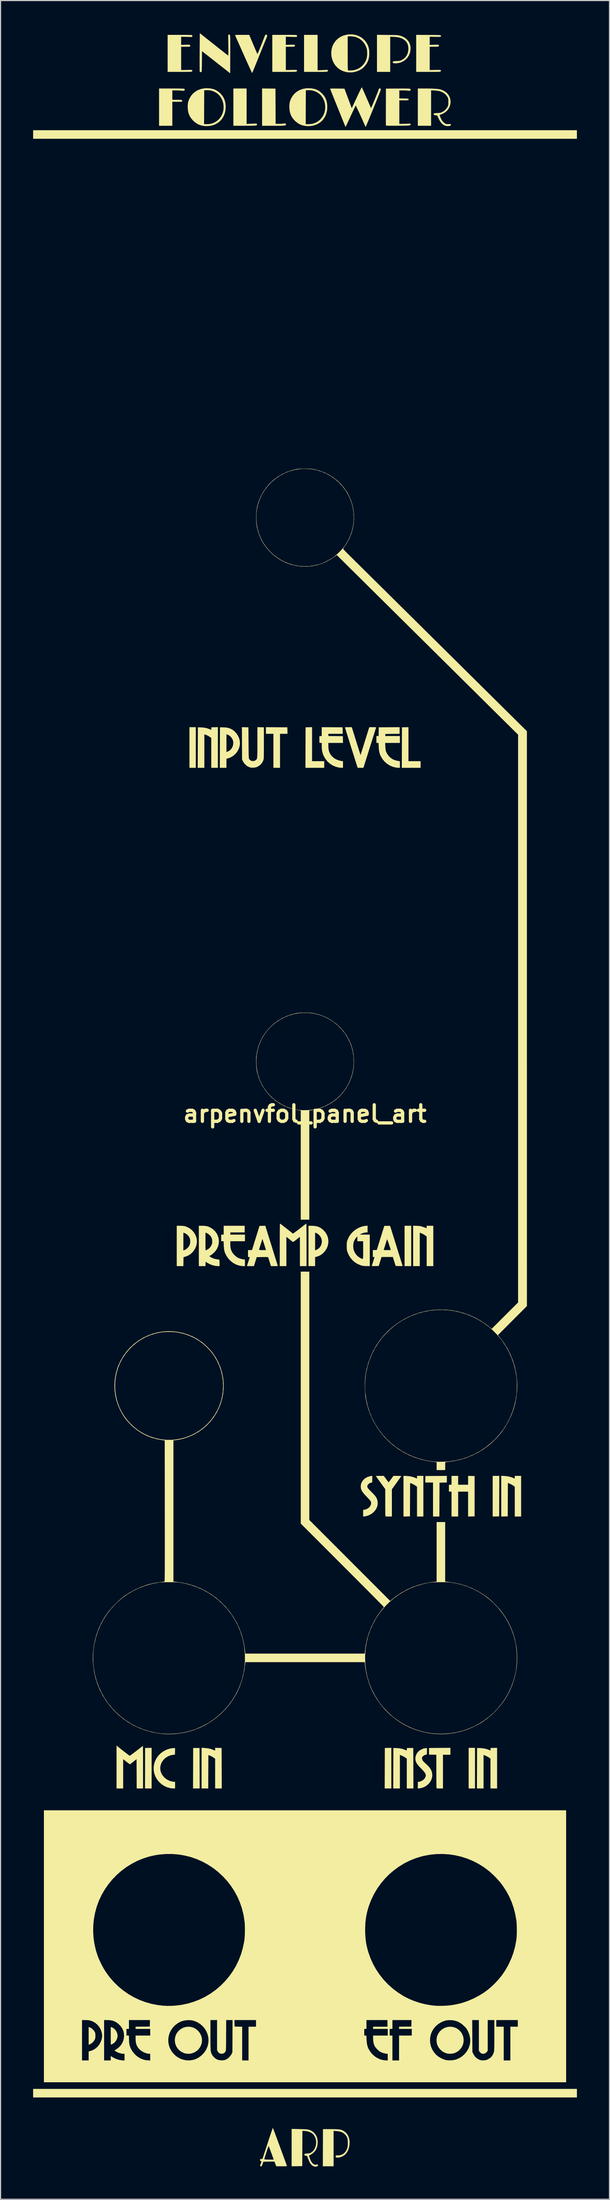
<source format=kicad_pcb>
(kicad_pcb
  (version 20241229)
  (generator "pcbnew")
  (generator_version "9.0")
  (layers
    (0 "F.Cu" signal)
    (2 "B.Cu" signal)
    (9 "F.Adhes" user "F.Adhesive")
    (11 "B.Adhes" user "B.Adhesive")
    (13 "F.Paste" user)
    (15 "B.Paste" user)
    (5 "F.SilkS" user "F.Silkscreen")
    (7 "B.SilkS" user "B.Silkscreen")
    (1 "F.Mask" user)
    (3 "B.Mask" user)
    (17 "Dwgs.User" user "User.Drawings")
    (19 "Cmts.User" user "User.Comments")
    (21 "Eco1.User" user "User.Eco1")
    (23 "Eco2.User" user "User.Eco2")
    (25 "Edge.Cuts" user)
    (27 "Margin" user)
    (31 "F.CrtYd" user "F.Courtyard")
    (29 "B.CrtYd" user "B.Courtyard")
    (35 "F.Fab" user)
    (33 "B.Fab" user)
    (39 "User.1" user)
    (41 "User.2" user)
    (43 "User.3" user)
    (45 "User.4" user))
  (footprint "arpenvfol_panel_art"
    (layer "F.Cu")
    (at 25.019 99.418)
    (property "Reference" "arpenvfol_panel_art" (at 0 0 0) (layer "F.SilkS") (effects (font (size 1.524 1.524) (thickness 0.3))))
    (attr board_only exclude_from_pos_files exclude_from_bom)
    (fp_poly (pts (xy -10.043 -31.833) (xy -10.628 -31.833) (xy -10.628 -35.57) (xy -10.043 -35.57)) (stroke (width 0) (type solid)) (fill yes) (layer "F.SilkS"))
    (fp_poly (pts (xy 9.789 14.009) (xy 9.179 14.009) (xy 9.179 10.297) (xy 9.789 10.297)) (stroke (width 0) (type solid)) (fill yes) (layer "F.SilkS"))
    (fp_poly (pts (xy 15.662 62.063) (xy 15.077 62.063) (xy 15.077 58.326) (xy 15.662 58.326)) (stroke (width 0) (type solid)) (fill yes) (layer "F.SilkS"))
    (fp_poly (pts (xy 25.044 -89.701) (xy -25.019 -89.701) (xy -25.019 -90.489) (xy 25.044 -90.489)) (stroke (width 0) (type solid)) (fill yes) (layer "F.SilkS"))
    (fp_poly (pts (xy 25.044 90.489) (xy -25.019 90.489) (xy -25.019 89.701) (xy 25.044 89.701)) (stroke (width 0) (type solid)) (fill yes) (layer "F.SilkS"))
    (fp_poly (pts (xy 17.893 35.17) (xy 17.887 37.032) (xy 17.289 37.046) (xy 17.289 33.307) (xy 17.9 33.307)) (stroke (width 0) (type solid)) (fill yes) (layer "F.SilkS"))
    (fp_poly (pts (xy -14.111 62.063) (xy -14.722 62.063) (xy -14.715 60.201) (xy -14.709 58.339) (xy -14.41 58.331) (xy -14.111 58.324)) (stroke (width 0) (type solid)) (fill yes) (layer "F.SilkS"))
    (fp_poly (pts (xy -9.693 60.201) (xy -9.687 62.063) (xy -10.298 62.063) (xy -10.291 60.201) (xy -10.285 58.339) (xy -9.7 58.339)) (stroke (width 0) (type solid)) (fill yes) (layer "F.SilkS"))
    (fp_poly (pts (xy 7.958 62.063) (xy 7.348 62.063) (xy 7.354 60.201) (xy 7.361 58.339) (xy 7.659 58.331) (xy 7.958 58.324)) (stroke (width 0) (type solid)) (fill yes) (layer "F.SilkS"))
    (fp_poly (pts (xy 0.661 -32.443) (xy 1.78 -32.443) (xy 1.78 -31.833) (xy 0.051 -31.833) (xy 0.057 -33.695) (xy 0.064 -35.557) (xy 0.362 -35.565) (xy 0.661 -35.572)) (stroke (width 0) (type solid)) (fill yes) (layer "F.SilkS"))
    (fp_poly (pts (xy 9.535 -32.443) (xy 10.653 -32.443) (xy 10.653 -31.833) (xy 8.924 -31.833) (xy 8.931 -33.695) (xy 8.937 -35.557) (xy 9.236 -35.565) (xy 9.535 -35.572)) (stroke (width 0) (type solid)) (fill yes) (layer "F.SilkS"))
    (fp_poly (pts (xy -2.6 -35.564) (xy -1.615 -35.557) (xy -1.607 -35.259) (xy -1.6 -34.96) (xy -2.288 -34.96) (xy -2.288 -31.833) (xy -2.898 -31.833) (xy -2.898 -34.96) (xy -3.585 -34.96) (xy -3.585 -35.571)) (stroke (width 0) (type solid)) (fill yes) (layer "F.SilkS"))
    (fp_poly (pts (xy 13.069 33.916) (xy 12.732 33.923) (xy 12.395 33.93) (xy 12.382 37.045) (xy 11.797 37.045) (xy 11.797 33.918) (xy 11.084 33.918) (xy 11.098 33.32) (xy 12.083 33.313) (xy 13.069 33.307)) (stroke (width 0) (type solid)) (fill yes) (layer "F.SilkS"))
    (fp_poly (pts (xy 15.325 33.313) (xy 15.624 33.32) (xy 15.624 37.032) (xy 15.325 37.039) (xy 15.026 37.046) (xy 15.026 34.757) (xy 14.111 34.757) (xy 14.111 37.045) (xy 13.501 37.045) (xy 13.501 34.759) (xy 13.38 34.752) (xy 13.259 34.744) (xy 13.259 34.134) (xy 13.38 34.126) (xy 13.501 34.118) (xy 13.501 33.307) (xy 14.111 33.307) (xy 14.111 34.121) (xy 15.026 34.121) (xy 15.026 33.306)) (stroke (width 0) (type solid)) (fill yes) (layer "F.SilkS"))
    (fp_poly (pts (xy -19.851 84.02) (xy -19.681 84.098) (xy -19.527 84.218) (xy -19.399 84.372) (xy -19.353 84.451) (xy -19.319 84.521) (xy -19.299 84.588) (xy -19.289 84.667) (xy -19.286 84.777) (xy -19.286 84.807) (xy -19.289 84.936) (xy -19.3 85.032) (xy -19.322 85.111) (xy -19.34 85.153) (xy -19.428 85.299) (xy -19.547 85.432) (xy -19.685 85.54) (xy -19.828 85.612) (xy -19.851 85.619) (xy -19.908 85.636) (xy -19.908 84.002)) (stroke (width 0) (type solid)) (fill yes) (layer "F.SilkS"))
    (fp_poly (pts (xy 9.376 33.315) (xy 9.667 33.345) (xy 9.929 33.404) (xy 10.177 33.494) (xy 10.181 33.496) (xy 10.323 33.559) (xy 10.323 33.307) (xy 10.908 33.307) (xy 10.908 37.045) (xy 10.323 37.045) (xy 10.323 34.303) (xy 10.198 34.212) (xy 10.082 34.137) (xy 9.946 34.064) (xy 9.813 34.005) (xy 9.744 33.982) (xy 9.687 33.965) (xy 9.681 35.499) (xy 9.674 37.032) (xy 9.376 37.039) (xy 9.077 37.046) (xy 9.077 33.3)) (stroke (width 0) (type solid)) (fill yes) (layer "F.SilkS"))
    (fp_poly (pts (xy 9.986 60.201) (xy 9.993 62.063) (xy 9.382 62.063) (xy 9.382 59.322) (xy 9.258 59.231) (xy 9.141 59.156) (xy 9.005 59.083) (xy 8.871 59.024) (xy 8.804 59) (xy 8.746 58.984) (xy 8.746 62.063) (xy 8.136 62.063) (xy 8.142 60.201) (xy 8.149 58.339) (xy 8.416 58.345) (xy 8.708 58.368) (xy 8.979 58.425) (xy 9.209 58.506) (xy 9.379 58.576) (xy 9.387 58.457) (xy 9.395 58.339) (xy 9.979 58.339)) (stroke (width 0) (type solid)) (fill yes) (layer "F.SilkS"))
    (fp_poly (pts (xy 13.399 58.962) (xy 12.713 58.962) (xy 12.713 62.063) (xy 12.425 62.063) (xy 12.308 62.062) (xy 12.211 62.058) (xy 12.145 62.053) (xy 12.119 62.047) (xy 12.116 62.019) (xy 12.114 61.945) (xy 12.111 61.828) (xy 12.109 61.675) (xy 12.107 61.488) (xy 12.105 61.273) (xy 12.104 61.033) (xy 12.103 60.774) (xy 12.103 60.5) (xy 12.103 58.963) (xy 11.766 58.956) (xy 11.429 58.949) (xy 11.429 58.339) (xy 13.399 58.325)) (stroke (width 0) (type solid)) (fill yes) (layer "F.SilkS"))
    (fp_poly (pts (xy 18.376 33.315) (xy 18.667 33.345) (xy 18.93 33.404) (xy 19.178 33.494) (xy 19.182 33.496) (xy 19.323 33.559) (xy 19.323 33.307) (xy 19.908 33.307) (xy 19.908 37.045) (xy 19.323 37.045) (xy 19.323 34.303) (xy 19.199 34.212) (xy 19.083 34.137) (xy 18.947 34.064) (xy 18.813 34.005) (xy 18.745 33.982) (xy 18.688 33.965) (xy 18.682 35.499) (xy 18.675 37.032) (xy 18.376 37.039) (xy 18.077 37.046) (xy 18.077 33.3)) (stroke (width 0) (type solid)) (fill yes) (layer "F.SilkS"))
    (fp_poly (pts (xy -8.009 -31.833) (xy -8.619 -31.833) (xy -8.619 -34.574) (xy -8.715 -34.649) (xy -8.801 -34.709) (xy -8.91 -34.772) (xy -9.026 -34.831) (xy -9.129 -34.875) (xy -9.185 -34.893) (xy -9.255 -34.91) (xy -9.255 -31.833) (xy -9.865 -31.833) (xy -9.859 -33.695) (xy -9.852 -35.557) (xy -9.573 -35.552) (xy -9.264 -35.527) (xy -8.979 -35.464) (xy -8.756 -35.381) (xy -8.622 -35.32) (xy -8.614 -35.439) (xy -8.607 -35.557) (xy -8.308 -35.565) (xy -8.009 -35.572)) (stroke (width 0) (type solid)) (fill yes) (layer "F.SilkS"))
    (fp_poly (pts (xy 17.696 62.063) (xy 17.086 62.063) (xy 17.086 59.318) (xy 16.978 59.238) (xy 16.887 59.18) (xy 16.772 59.116) (xy 16.651 59.057) (xy 16.544 59.012) (xy 16.507 59) (xy 16.45 58.984) (xy 16.45 62.063) (xy 15.84 62.063) (xy 15.846 60.201) (xy 15.853 58.339) (xy 16.132 58.345) (xy 16.46 58.375) (xy 16.762 58.446) (xy 16.944 58.515) (xy 17.083 58.576) (xy 17.091 58.457) (xy 17.099 58.339) (xy 17.397 58.331) (xy 17.696 58.324)) (stroke (width 0) (type solid)) (fill yes) (layer "F.SilkS"))
    (fp_poly (pts (xy -17.817 84.02) (xy -17.651 84.096) (xy -17.506 84.212) (xy -17.388 84.359) (xy -17.301 84.528) (xy -17.253 84.709) (xy -17.248 84.893) (xy -17.25 84.907) (xy -17.297 85.094) (xy -17.385 85.268) (xy -17.508 85.42) (xy -17.657 85.538) (xy -17.728 85.576) (xy -17.798 85.608) (xy -17.847 85.629) (xy -17.861 85.633) (xy -17.864 85.608) (xy -17.867 85.539) (xy -17.87 85.431) (xy -17.872 85.29) (xy -17.873 85.122) (xy -17.874 84.934) (xy -17.874 84.818) (xy -17.874 84.002)) (stroke (width 0) (type solid)) (fill yes) (layer "F.SilkS"))
    (fp_poly (pts (xy -5.365 -91.068) (xy -4.99 -91.084) (xy -4.849 -91.089) (xy -4.72 -91.095) (xy -4.614 -91.1) (xy -4.543 -91.104) (xy -4.529 -91.105) (xy -4.452 -91.095) (xy -4.409 -91.058) (xy -4.401 -91.007) (xy -4.43 -90.957) (xy -4.498 -90.919) (xy -4.503 -90.918) (xy -4.541 -90.914) (xy -4.624 -90.911) (xy -4.747 -90.907) (xy -4.903 -90.904) (xy -5.086 -90.902) (xy -5.291 -90.9) (xy -5.512 -90.899) (xy -5.575 -90.898) (xy -6.585 -90.896) (xy -6.585 -94.328) (xy -5.365 -94.328)) (stroke (width 0) (type solid)) (fill yes) (layer "F.SilkS"))
    (fp_poly (pts (xy -9.224 58.338) (xy -8.916 58.373) (xy -8.642 58.435) (xy -8.421 58.517) (xy -8.346 58.55) (xy -8.292 58.573) (xy -8.273 58.58) (xy -8.267 58.557) (xy -8.264 58.499) (xy -8.263 58.452) (xy -8.263 58.324) (xy -7.965 58.331) (xy -7.666 58.339) (xy -7.659 60.201) (xy -7.653 62.063) (xy -8.263 62.063) (xy -8.263 59.323) (xy -8.435 59.206) (xy -8.538 59.142) (xy -8.648 59.083) (xy -8.742 59.041) (xy -8.746 59.04) (xy -8.886 58.991) (xy -8.893 60.527) (xy -8.899 62.063) (xy -9.509 62.063) (xy -9.509 58.319)) (stroke (width 0) (type solid)) (fill yes) (layer "F.SilkS"))
    (fp_poly (pts (xy -3.324 -94.322) (xy -2.708 -94.316) (xy -2.701 -92.695) (xy -2.695 -91.074) (xy -2.383 -91.074) (xy -2.252 -91.076) (xy -2.13 -91.082) (xy -2.032 -91.091) (xy -1.974 -91.101) (xy -1.872 -91.117) (xy -1.794 -91.104) (xy -1.747 -91.067) (xy -1.738 -91.009) (xy -1.744 -90.987) (xy -1.757 -90.965) (xy -1.781 -90.947) (xy -1.819 -90.932) (xy -1.877 -90.921) (xy -1.958 -90.912) (xy -2.067 -90.905) (xy -2.209 -90.901) (xy -2.388 -90.898) (xy -2.608 -90.896) (xy -2.874 -90.896) (xy -2.928 -90.896) (xy -3.941 -90.896) (xy -3.941 -94.329)) (stroke (width 0) (type solid)) (fill yes) (layer "F.SilkS"))
    (fp_poly (pts (xy 1.17 -96.001) (xy 1.506 -96.017) (xy 1.645 -96.023) (xy 1.777 -96.029) (xy 1.889 -96.035) (xy 1.965 -96.038) (xy 1.967 -96.038) (xy 2.05 -96.038) (xy 2.098 -96.022) (xy 2.12 -95.998) (xy 2.133 -95.959) (xy 2.109 -95.922) (xy 2.088 -95.903) (xy 2.072 -95.891) (xy 2.05 -95.881) (xy 2.019 -95.873) (xy 1.974 -95.867) (xy 1.911 -95.862) (xy 1.823 -95.859) (xy 1.706 -95.856) (xy 1.556 -95.855) (xy 1.368 -95.854) (xy 1.137 -95.854) (xy 0.976 -95.854) (xy -0.076 -95.854) (xy -0.076 -99.261) (xy 1.17 -99.261)) (stroke (width 0) (type solid)) (fill yes) (layer "F.SilkS"))
    (fp_poly (pts (xy 10.291 10.303) (xy 10.436 10.309) (xy 10.548 10.319) (xy 10.643 10.334) (xy 10.737 10.359) (xy 10.849 10.396) (xy 10.869 10.403) (xy 10.979 10.442) (xy 11.075 10.476) (xy 11.143 10.502) (xy 11.168 10.512) (xy 11.195 10.518) (xy 11.208 10.496) (xy 11.212 10.437) (xy 11.213 10.414) (xy 11.213 10.297) (xy 11.823 10.297) (xy 11.823 14.009) (xy 11.213 14.009) (xy 11.213 11.293) (xy 11.134 11.227) (xy 10.994 11.127) (xy 10.828 11.035) (xy 10.704 10.981) (xy 10.577 10.933) (xy 10.577 14.009) (xy 9.967 14.009) (xy 9.967 10.291)) (stroke (width 0) (type solid)) (fill yes) (layer "F.SilkS"))
    (fp_poly (pts (xy -10.487 84.001) (xy -10.26 84.069) (xy -10.047 84.181) (xy -9.854 84.337) (xy -9.815 84.377) (xy -9.662 84.575) (xy -9.555 84.786) (xy -9.491 85.005) (xy -9.47 85.228) (xy -9.49 85.449) (xy -9.55 85.662) (xy -9.647 85.862) (xy -9.781 86.044) (xy -9.95 86.203) (xy -10.152 86.332) (xy -10.386 86.428) (xy -10.397 86.431) (xy -10.572 86.464) (xy -10.768 86.471) (xy -10.962 86.451) (xy -11.111 86.414) (xy -11.339 86.313) (xy -11.532 86.178) (xy -11.692 86.016) (xy -11.817 85.833) (xy -11.906 85.632) (xy -11.959 85.421) (xy -11.975 85.204) (xy -11.953 84.987) (xy -11.893 84.776) (xy -11.794 84.576) (xy -11.654 84.392) (xy -11.474 84.23) (xy -11.409 84.185) (xy -11.188 84.069) (xy -10.957 84) (xy -10.721 83.977)) (stroke (width 0) (type solid)) (fill yes) (layer "F.SilkS"))
    (fp_poly (pts (xy -11.987 -94.328) (xy -11.725 -94.326) (xy -11.508 -94.323) (xy -11.336 -94.319) (xy -11.211 -94.314) (xy -11.134 -94.307) (xy -11.109 -94.302) (xy -11.07 -94.257) (xy -11.063 -94.196) (xy -11.088 -94.141) (xy -11.108 -94.127) (xy -11.174 -94.114) (xy -11.284 -94.122) (xy -11.305 -94.126) (xy -11.386 -94.135) (xy -11.503 -94.142) (xy -11.643 -94.147) (xy -11.791 -94.15) (xy -11.829 -94.15) (xy -12.204 -94.15) (xy -12.204 -93.286) (xy -11.777 -93.286) (xy -11.596 -93.284) (xy -11.463 -93.28) (xy -11.374 -93.272) (xy -11.327 -93.26) (xy -11.319 -93.255) (xy -11.293 -93.204) (xy -11.295 -93.148) (xy -11.317 -93.119) (xy -11.35 -93.114) (xy -11.426 -93.109) (xy -11.534 -93.107) (xy -11.666 -93.106) (xy -11.774 -93.106) (xy -12.204 -93.11) (xy -12.204 -90.896) (xy -13.425 -90.896) (xy -13.425 -94.328) (xy -12.292 -94.328)) (stroke (width 0) (type solid)) (fill yes) (layer "F.SilkS"))
    (fp_poly (pts (xy 13.674 84.016) (xy 13.899 84.095) (xy 14.05 84.179) (xy 14.242 84.331) (xy 14.395 84.509) (xy 14.508 84.708) (xy 14.582 84.92) (xy 14.616 85.141) (xy 14.611 85.364) (xy 14.566 85.583) (xy 14.482 85.793) (xy 14.358 85.987) (xy 14.195 86.16) (xy 14.053 86.267) (xy 13.841 86.382) (xy 13.62 86.448) (xy 13.382 86.47) (xy 13.365 86.47) (xy 13.248 86.464) (xy 13.135 86.453) (xy 13.048 86.437) (xy 13.041 86.435) (xy 12.821 86.349) (xy 12.618 86.222) (xy 12.442 86.06) (xy 12.297 85.87) (xy 12.193 85.66) (xy 12.166 85.578) (xy 12.131 85.4) (xy 12.121 85.205) (xy 12.135 85.013) (xy 12.173 84.845) (xy 12.177 84.834) (xy 12.281 84.609) (xy 12.42 84.415) (xy 12.589 84.254) (xy 12.782 84.128) (xy 12.992 84.039) (xy 13.215 83.99) (xy 13.444 83.981)) (stroke (width 0) (type solid)) (fill yes) (layer "F.SilkS"))
    (fp_poly (pts (xy 0.629 10.298) (xy 0.896 10.312) (xy 1.128 10.356) (xy 1.335 10.433) (xy 1.526 10.547) (xy 1.7 10.691) (xy 1.884 10.897) (xy 2.023 11.122) (xy 2.116 11.363) (xy 2.162 11.616) (xy 2.16 11.874) (xy 2.109 12.136) (xy 2.099 12.167) (xy 2 12.403) (xy 1.862 12.618) (xy 1.691 12.807) (xy 1.494 12.963) (xy 1.276 13.081) (xy 1.07 13.149) (xy 0.941 13.179) (xy 0.941 14.009) (xy 0.331 14.009) (xy 0.331 10.93) (xy 0.941 10.93) (xy 0.941 12.559) (xy 1.011 12.533) (xy 1.076 12.503) (xy 1.158 12.461) (xy 1.186 12.445) (xy 1.326 12.335) (xy 1.437 12.191) (xy 1.515 12.024) (xy 1.557 11.844) (xy 1.561 11.659) (xy 1.523 11.48) (xy 1.497 11.415) (xy 1.394 11.242) (xy 1.262 11.099) (xy 1.109 10.993) (xy 0.998 10.947) (xy 0.941 10.93) (xy 0.331 10.93) (xy 0.331 10.297)) (stroke (width 0) (type solid)) (fill yes) (layer "F.SilkS"))
    (fp_poly (pts (xy 3.471 -35.557) (xy 3.478 -35.259) (xy 3.485 -34.96) (xy 2.161 -34.96) (xy 2.161 -34.757) (xy 2.829 -34.751) (xy 3.496 -34.744) (xy 3.51 -34.121) (xy 2.161 -34.121) (xy 2.161 -33.847) (xy 2.174 -33.597) (xy 2.213 -33.383) (xy 2.283 -33.195) (xy 2.387 -33.022) (xy 2.495 -32.889) (xy 2.661 -32.742) (xy 2.864 -32.618) (xy 3.092 -32.524) (xy 3.336 -32.463) (xy 3.388 -32.456) (xy 3.509 -32.44) (xy 3.509 -31.833) (xy 3.375 -31.836) (xy 3.265 -31.842) (xy 3.146 -31.855) (xy 3.108 -31.861) (xy 2.821 -31.934) (xy 2.552 -32.053) (xy 2.304 -32.214) (xy 2.083 -32.413) (xy 1.892 -32.649) (xy 1.737 -32.916) (xy 1.729 -32.931) (xy 1.644 -33.143) (xy 1.588 -33.364) (xy 1.558 -33.607) (xy 1.551 -33.826) (xy 1.551 -34.118) (xy 1.335 -34.134) (xy 1.335 -34.744) (xy 1.443 -34.752) (xy 1.551 -34.759) (xy 1.551 -35.571)) (stroke (width 0) (type solid)) (fill yes) (layer "F.SilkS"))
    (fp_poly (pts (xy -7.496 -35.553) (xy -7.272 -35.541) (xy -7.082 -35.511) (xy -6.911 -35.458) (xy -6.743 -35.379) (xy -6.669 -35.337) (xy -6.491 -35.203) (xy -6.328 -35.031) (xy -6.189 -34.83) (xy -6.08 -34.614) (xy -6.009 -34.393) (xy -5.999 -34.339) (xy -5.98 -34.086) (xy -6.008 -33.837) (xy -6.08 -33.597) (xy -6.192 -33.372) (xy -6.341 -33.169) (xy -6.522 -32.991) (xy -6.732 -32.846) (xy -6.967 -32.737) (xy -7.062 -32.707) (xy -7.221 -32.663) (xy -7.221 -31.833) (xy -7.831 -31.833) (xy -7.825 -33.695) (xy -7.821 -34.915) (xy -7.221 -34.915) (xy -7.221 -33.281) (xy -7.125 -33.321) (xy -7.04 -33.362) (xy -6.95 -33.413) (xy -6.935 -33.423) (xy -6.804 -33.538) (xy -6.701 -33.687) (xy -6.63 -33.858) (xy -6.593 -34.042) (xy -6.594 -34.226) (xy -6.626 -34.368) (xy -6.696 -34.517) (xy -6.797 -34.656) (xy -6.919 -34.773) (xy -7.051 -34.86) (xy -7.151 -34.897) (xy -7.221 -34.915) (xy -7.821 -34.915) (xy -7.818 -35.557)) (stroke (width 0) (type solid)) (fill yes) (layer "F.SilkS"))
    (fp_poly (pts (xy -5.543 10.908) (xy -6.865 10.908) (xy -6.865 11.111) (xy -5.517 11.111) (xy -5.517 11.721) (xy -6.865 11.721) (xy -6.865 11.972) (xy -6.859 12.171) (xy -6.841 12.335) (xy -6.807 12.478) (xy -6.755 12.615) (xy -6.733 12.662) (xy -6.649 12.8) (xy -6.532 12.942) (xy -6.397 13.076) (xy -6.259 13.185) (xy -6.187 13.228) (xy -6.089 13.272) (xy -5.966 13.316) (xy -5.834 13.355) (xy -5.71 13.384) (xy -5.611 13.398) (xy -5.59 13.399) (xy -5.517 13.399) (xy -5.517 14.009) (xy -5.689 14.008) (xy -5.809 14) (xy -5.944 13.981) (xy -6.039 13.962) (xy -6.328 13.865) (xy -6.594 13.723) (xy -6.834 13.541) (xy -7.044 13.32) (xy -7.22 13.065) (xy -7.28 12.954) (xy -7.344 12.814) (xy -7.392 12.682) (xy -7.426 12.543) (xy -7.449 12.386) (xy -7.463 12.198) (xy -7.468 12.096) (xy -7.482 11.721) (xy -7.704 11.721) (xy -7.704 11.111) (xy -7.475 11.111) (xy -7.475 10.297) (xy -5.543 10.297)) (stroke (width 0) (type solid)) (fill yes) (layer "F.SilkS"))
    (fp_poly (pts (xy 8.721 -34.961) (xy 8.066 -34.954) (xy 7.412 -34.947) (xy 7.404 -34.852) (xy 7.396 -34.757) (xy 8.746 -34.757) (xy 8.746 -34.121) (xy 7.391 -34.121) (xy 7.406 -33.797) (xy 7.416 -33.63) (xy 7.43 -33.502) (xy 7.451 -33.4) (xy 7.475 -33.327) (xy 7.568 -33.131) (xy 7.693 -32.949) (xy 7.838 -32.797) (xy 7.883 -32.76) (xy 8.027 -32.659) (xy 8.168 -32.582) (xy 8.322 -32.525) (xy 8.501 -32.481) (xy 8.651 -32.455) (xy 8.746 -32.441) (xy 8.746 -31.833) (xy 8.613 -31.836) (xy 8.505 -31.842) (xy 8.394 -31.854) (xy 8.359 -31.859) (xy 8.077 -31.931) (xy 7.809 -32.05) (xy 7.56 -32.209) (xy 7.337 -32.405) (xy 7.145 -32.633) (xy 6.991 -32.888) (xy 6.979 -32.913) (xy 6.914 -33.062) (xy 6.867 -33.212) (xy 6.833 -33.376) (xy 6.81 -33.567) (xy 6.797 -33.771) (xy 6.781 -34.121) (xy 6.585 -34.121) (xy 6.585 -34.757) (xy 6.787 -34.757) (xy 6.794 -35.157) (xy 6.801 -35.557) (xy 8.721 -35.571)) (stroke (width 0) (type solid)) (fill yes) (layer "F.SilkS"))
    (fp_poly (pts (xy -11.33 10.301) (xy -11.182 10.313) (xy -11.068 10.331) (xy -11.053 10.335) (xy -10.799 10.427) (xy -10.569 10.561) (xy -10.366 10.732) (xy -10.196 10.937) (xy -10.065 11.169) (xy -9.979 11.409) (xy -9.941 11.651) (xy -9.95 11.9) (xy -10.004 12.146) (xy -10.099 12.383) (xy -10.235 12.602) (xy -10.367 12.756) (xy -10.529 12.901) (xy -10.697 13.011) (xy -10.89 13.098) (xy -10.995 13.134) (xy -11.174 13.191) (xy -11.181 13.6) (xy -11.188 14.009) (xy -11.797 14.009) (xy -11.797 10.93) (xy -11.187 10.93) (xy -11.187 12.564) (xy -11.13 12.546) (xy -11.069 12.522) (xy -10.994 12.488) (xy -10.984 12.483) (xy -10.885 12.415) (xy -10.781 12.316) (xy -10.688 12.203) (xy -10.626 12.103) (xy -10.578 11.963) (xy -10.555 11.798) (xy -10.559 11.628) (xy -10.59 11.47) (xy -10.601 11.436) (xy -10.688 11.275) (xy -10.813 11.132) (xy -10.968 11.019) (xy -11.13 10.947) (xy -11.187 10.93) (xy -11.797 10.93) (xy -11.797 10.297) (xy -11.498 10.297)) (stroke (width 0) (type solid)) (fill yes) (layer "F.SilkS"))
    (fp_poly (pts (xy -11.955 58.65) (xy -11.963 58.949) (xy -12.115 58.964) (xy -12.362 59.011) (xy -12.591 59.1) (xy -12.797 59.226) (xy -12.977 59.384) (xy -13.124 59.57) (xy -13.233 59.779) (xy -13.3 60.006) (xy -13.313 60.1) (xy -13.312 60.324) (xy -13.264 60.542) (xy -13.173 60.748) (xy -13.044 60.938) (xy -12.881 61.106) (xy -12.688 61.247) (xy -12.469 61.355) (xy -12.279 61.414) (xy -12.179 61.434) (xy -12.087 61.449) (xy -12.033 61.453) (xy -11.95 61.453) (xy -11.95 62.063) (xy -12.109 62.061) (xy -12.226 62.054) (xy -12.356 62.039) (xy -12.434 62.026) (xy -12.712 61.945) (xy -12.974 61.82) (xy -13.215 61.655) (xy -13.429 61.456) (xy -13.612 61.228) (xy -13.757 60.976) (xy -13.859 60.705) (xy -13.869 60.669) (xy -13.92 60.375) (xy -13.922 60.085) (xy -13.878 59.802) (xy -13.789 59.531) (xy -13.658 59.276) (xy -13.487 59.041) (xy -13.278 58.832) (xy -13.033 58.651) (xy -12.806 58.528) (xy -12.644 58.463) (xy -12.465 58.409) (xy -12.288 58.37) (xy -12.132 58.352) (xy -12.098 58.351) (xy -11.948 58.351)) (stroke (width 0) (type solid)) (fill yes) (layer "F.SilkS"))
    (fp_poly (pts (xy -17.232 58.204) (xy -17.131 58.285) (xy -17.013 58.379) (xy -16.882 58.482) (xy -16.745 58.589) (xy -16.608 58.695) (xy -16.477 58.796) (xy -16.359 58.887) (xy -16.259 58.962) (xy -16.185 59.018) (xy -16.141 59.049) (xy -16.133 59.054) (xy -16.105 59.042) (xy -16.041 59.002) (xy -15.949 58.937) (xy -15.831 58.851) (xy -15.693 58.748) (xy -15.541 58.63) (xy -15.512 58.607) (xy -15.363 58.491) (xy -15.227 58.385) (xy -15.109 58.294) (xy -15.014 58.222) (xy -14.948 58.172) (xy -14.915 58.149) (xy -14.912 58.148) (xy -14.91 58.173) (xy -14.908 58.244) (xy -14.906 58.359) (xy -14.905 58.513) (xy -14.903 58.703) (xy -14.902 58.924) (xy -14.901 59.172) (xy -14.9 59.444) (xy -14.9 59.736) (xy -14.899 60.044) (xy -14.899 60.106) (xy -14.899 62.063) (xy -15.484 62.063) (xy -15.49 60.715) (xy -15.497 59.367) (xy -15.776 59.587) (xy -15.88 59.669) (xy -15.971 59.741) (xy -16.041 59.796) (xy -16.081 59.827) (xy -16.086 59.831) (xy -16.117 59.828) (xy -16.179 59.793) (xy -16.276 59.725) (xy -16.407 59.624) (xy -16.423 59.611) (xy -16.73 59.368) (xy -16.73 62.063) (xy -17.34 62.063) (xy -17.34 58.116)) (stroke (width 0) (type solid)) (fill yes) (layer "F.SilkS"))
    (fp_poly (pts (xy 7.48 33.599) (xy 7.557 33.704) (xy 7.624 33.792) (xy 7.675 33.856) (xy 7.705 33.889) (xy 7.709 33.891) (xy 7.73 33.872) (xy 7.774 33.819) (xy 7.836 33.738) (xy 7.91 33.639) (xy 7.938 33.6) (xy 8.149 33.307) (xy 8.511 33.307) (xy 8.64 33.309) (xy 8.749 33.312) (xy 8.828 33.317) (xy 8.869 33.324) (xy 8.873 33.326) (xy 8.858 33.351) (xy 8.817 33.412) (xy 8.754 33.503) (xy 8.672 33.619) (xy 8.576 33.755) (xy 8.468 33.905) (xy 8.441 33.943) (xy 8.009 34.54) (xy 8.009 37.045) (xy 7.721 37.045) (xy 7.605 37.043) (xy 7.508 37.04) (xy 7.441 37.034) (xy 7.416 37.028) (xy 7.412 37) (xy 7.409 36.926) (xy 7.406 36.811) (xy 7.404 36.66) (xy 7.402 36.478) (xy 7.4 36.27) (xy 7.399 36.041) (xy 7.399 35.796) (xy 7.399 35.767) (xy 7.399 34.524) (xy 6.967 33.928) (xy 6.856 33.776) (xy 6.756 33.637) (xy 6.671 33.517) (xy 6.603 33.421) (xy 6.556 33.354) (xy 6.535 33.322) (xy 6.534 33.32) (xy 6.558 33.315) (xy 6.624 33.312) (xy 6.723 33.309) (xy 6.846 33.307) (xy 6.901 33.307) (xy 7.268 33.307)) (stroke (width 0) (type solid)) (fill yes) (layer "F.SilkS"))
    (fp_poly (pts (xy -11.25 -99.261) (xy -11.025 -99.26) (xy -10.842 -99.259) (xy -10.698 -99.257) (xy -10.586 -99.254) (xy -10.503 -99.25) (xy -10.444 -99.245) (xy -10.406 -99.238) (xy -10.383 -99.23) (xy -10.373 -99.222) (xy -10.354 -99.174) (xy -10.368 -99.124) (xy -10.395 -99.065) (xy -10.893 -99.077) (xy -11.391 -99.09) (xy -11.391 -98.338) (xy -10.999 -98.352) (xy -10.826 -98.357) (xy -10.7 -98.356) (xy -10.62 -98.351) (xy -10.581 -98.34) (xy -10.58 -98.338) (xy -10.555 -98.287) (xy -10.557 -98.229) (xy -10.583 -98.187) (xy -10.592 -98.183) (xy -10.63 -98.178) (xy -10.71 -98.173) (xy -10.82 -98.17) (xy -10.951 -98.168) (xy -11.011 -98.168) (xy -11.391 -98.168) (xy -11.391 -96.026) (xy -10.891 -96.035) (xy -10.719 -96.038) (xy -10.591 -96.039) (xy -10.5 -96.038) (xy -10.438 -96.034) (xy -10.4 -96.026) (xy -10.377 -96.015) (xy -10.364 -95.999) (xy -10.364 -95.998) (xy -10.351 -95.959) (xy -10.375 -95.921) (xy -10.395 -95.903) (xy -10.412 -95.891) (xy -10.433 -95.881) (xy -10.463 -95.873) (xy -10.507 -95.867) (xy -10.57 -95.862) (xy -10.656 -95.859) (xy -10.771 -95.857) (xy -10.918 -95.855) (xy -11.103 -95.854) (xy -11.33 -95.854) (xy -11.546 -95.854) (xy -12.636 -95.854) (xy -12.636 -99.261) (xy -11.521 -99.261)) (stroke (width 0) (type solid)) (fill yes) (layer "F.SilkS"))
    (fp_poly (pts (xy -1.613 -99.261) (xy -1.389 -99.26) (xy -1.206 -99.259) (xy -1.061 -99.257) (xy -0.95 -99.254) (xy -0.867 -99.25) (xy -0.808 -99.245) (xy -0.77 -99.238) (xy -0.747 -99.23) (xy -0.737 -99.222) (xy -0.718 -99.174) (xy -0.731 -99.124) (xy -0.758 -99.065) (xy -1.256 -99.077) (xy -1.754 -99.09) (xy -1.754 -98.338) (xy -1.363 -98.352) (xy -1.19 -98.357) (xy -1.064 -98.356) (xy -0.983 -98.351) (xy -0.945 -98.34) (xy -0.944 -98.338) (xy -0.919 -98.287) (xy -0.92 -98.229) (xy -0.947 -98.187) (xy -0.956 -98.183) (xy -0.994 -98.178) (xy -1.074 -98.173) (xy -1.184 -98.17) (xy -1.314 -98.168) (xy -1.375 -98.168) (xy -1.754 -98.168) (xy -1.754 -96.026) (xy -1.255 -96.035) (xy -1.083 -96.038) (xy -0.955 -96.039) (xy -0.863 -96.038) (xy -0.802 -96.034) (xy -0.764 -96.026) (xy -0.741 -96.015) (xy -0.728 -95.999) (xy -0.727 -95.998) (xy -0.715 -95.959) (xy -0.739 -95.921) (xy -0.759 -95.903) (xy -0.776 -95.891) (xy -0.797 -95.881) (xy -0.827 -95.873) (xy -0.871 -95.867) (xy -0.934 -95.862) (xy -1.02 -95.859) (xy -1.135 -95.857) (xy -1.282 -95.855) (xy -1.467 -95.854) (xy -1.694 -95.854) (xy -1.91 -95.854) (xy -3 -95.854) (xy -3 -99.261) (xy -1.885 -99.261)) (stroke (width 0) (type solid)) (fill yes) (layer "F.SilkS"))
    (fp_poly (pts (xy -8.373 -98.386) (xy -8.149 -98.208) (xy -7.937 -98.04) (xy -7.739 -97.885) (xy -7.56 -97.744) (xy -7.403 -97.621) (xy -7.271 -97.518) (xy -7.167 -97.438) (xy -7.095 -97.383) (xy -7.058 -97.356) (xy -7.054 -97.354) (xy -7.05 -97.378) (xy -7.047 -97.448) (xy -7.045 -97.558) (xy -7.044 -97.701) (xy -7.045 -97.874) (xy -7.046 -98.069) (xy -7.048 -98.282) (xy -7.048 -98.308) (xy -7.061 -99.262) (xy -6.999 -99.277) (xy -6.973 -99.284) (xy -6.951 -99.288) (xy -6.932 -99.285) (xy -6.916 -99.273) (xy -6.903 -99.248) (xy -6.893 -99.207) (xy -6.884 -99.146) (xy -6.878 -99.062) (xy -6.873 -98.951) (xy -6.87 -98.81) (xy -6.869 -98.636) (xy -6.868 -98.425) (xy -6.869 -98.175) (xy -6.87 -97.88) (xy -6.871 -97.539) (xy -6.871 -97.473) (xy -6.878 -95.725) (xy -8.174 -96.742) (xy -9.471 -97.759) (xy -9.478 -96.828) (xy -9.48 -96.547) (xy -9.484 -96.316) (xy -9.489 -96.134) (xy -9.495 -95.999) (xy -9.502 -95.91) (xy -9.51 -95.866) (xy -9.513 -95.862) (xy -9.563 -95.833) (xy -9.624 -95.833) (xy -9.672 -95.86) (xy -9.68 -95.873) (xy -9.683 -95.905) (xy -9.686 -95.984) (xy -9.688 -96.106) (xy -9.689 -96.265) (xy -9.69 -96.458) (xy -9.691 -96.681) (xy -9.691 -96.93) (xy -9.69 -97.199) (xy -9.688 -97.486) (xy -9.687 -97.668) (xy -9.674 -99.418)) (stroke (width 0) (type solid)) (fill yes) (layer "F.SilkS"))
    (fp_poly (pts (xy 2.377 93.403) (xy 2.624 93.405) (xy 2.826 93.41) (xy 2.991 93.417) (xy 3.125 93.428) (xy 3.235 93.444) (xy 3.328 93.465) (xy 3.411 93.493) (xy 3.49 93.528) (xy 3.521 93.544) (xy 3.715 93.672) (xy 3.872 93.834) (xy 3.992 94.029) (xy 4.074 94.252) (xy 4.114 94.501) (xy 4.119 94.625) (xy 4.1 94.913) (xy 4.044 95.175) (xy 3.953 95.406) (xy 3.828 95.606) (xy 3.672 95.77) (xy 3.487 95.897) (xy 3.274 95.983) (xy 3.144 96.013) (xy 3.006 96.028) (xy 2.908 96.018) (xy 2.85 95.983) (xy 2.827 95.925) (xy 2.839 95.859) (xy 2.892 95.822) (xy 2.981 95.813) (xy 3.02 95.818) (xy 3.114 95.82) (xy 3.232 95.803) (xy 3.281 95.792) (xy 3.457 95.726) (xy 3.608 95.622) (xy 3.736 95.478) (xy 3.844 95.29) (xy 3.891 95.18) (xy 3.916 95.11) (xy 3.933 95.042) (xy 3.944 94.964) (xy 3.949 94.863) (xy 3.951 94.728) (xy 3.952 94.684) (xy 3.947 94.489) (xy 3.931 94.333) (xy 3.899 94.205) (xy 3.849 94.093) (xy 3.777 93.988) (xy 3.723 93.925) (xy 3.604 93.809) (xy 3.474 93.721) (xy 3.325 93.657) (xy 3.147 93.612) (xy 2.931 93.583) (xy 2.879 93.579) (xy 2.644 93.56) (xy 2.644 96.82) (xy 1.652 96.82) (xy 1.659 95.11) (xy 1.665 93.4)) (stroke (width 0) (type solid)) (fill yes) (layer "F.SilkS"))
    (fp_poly (pts (xy 7.596 -99.255) (xy 7.846 -99.252) (xy 8.05 -99.249) (xy 8.216 -99.246) (xy 8.348 -99.242) (xy 8.453 -99.237) (xy 8.537 -99.23) (xy 8.605 -99.222) (xy 8.662 -99.212) (xy 8.717 -99.2) (xy 8.754 -99.19) (xy 9.013 -99.096) (xy 9.235 -98.97) (xy 9.419 -98.814) (xy 9.562 -98.632) (xy 9.663 -98.427) (xy 9.721 -98.201) (xy 9.732 -97.958) (xy 9.697 -97.701) (xy 9.671 -97.603) (xy 9.577 -97.368) (xy 9.442 -97.159) (xy 9.271 -96.981) (xy 9.071 -96.836) (xy 8.846 -96.729) (xy 8.6 -96.663) (xy 8.358 -96.642) (xy 8.226 -96.649) (xy 8.14 -96.669) (xy 8.095 -96.705) (xy 8.085 -96.742) (xy 8.092 -96.78) (xy 8.118 -96.808) (xy 8.169 -96.827) (xy 8.254 -96.84) (xy 8.38 -96.848) (xy 8.442 -96.85) (xy 8.576 -96.856) (xy 8.674 -96.865) (xy 8.75 -96.88) (xy 8.822 -96.904) (xy 8.902 -96.939) (xy 8.906 -96.941) (xy 9.103 -97.06) (xy 9.265 -97.214) (xy 9.391 -97.399) (xy 9.478 -97.612) (xy 9.524 -97.847) (xy 9.528 -98.073) (xy 9.496 -98.295) (xy 9.424 -98.486) (xy 9.311 -98.652) (xy 9.227 -98.737) (xy 9.079 -98.852) (xy 8.914 -98.94) (xy 8.726 -99.005) (xy 8.507 -99.048) (xy 8.249 -99.073) (xy 8.193 -99.075) (xy 7.856 -99.09) (xy 7.856 -95.854) (xy 6.636 -95.854) (xy 6.636 -99.265)) (stroke (width 0) (type solid)) (fill yes) (layer "F.SilkS"))
    (fp_poly (pts (xy 6.204 33.61) (xy 6.202 33.748) (xy 6.198 33.842) (xy 6.189 33.896) (xy 6.176 33.917) (xy 6.172 33.918) (xy 6.065 33.936) (xy 5.956 33.984) (xy 5.859 34.053) (xy 5.788 34.133) (xy 5.759 34.198) (xy 5.749 34.261) (xy 5.751 34.317) (xy 5.768 34.375) (xy 5.806 34.439) (xy 5.868 34.517) (xy 5.958 34.614) (xy 6.08 34.736) (xy 6.139 34.795) (xy 6.297 34.954) (xy 6.42 35.088) (xy 6.514 35.207) (xy 6.584 35.316) (xy 6.634 35.425) (xy 6.67 35.54) (xy 6.691 35.638) (xy 6.707 35.855) (xy 6.676 36.067) (xy 6.602 36.271) (xy 6.489 36.46) (xy 6.341 36.631) (xy 6.162 36.778) (xy 5.957 36.898) (xy 5.728 36.985) (xy 5.498 37.032) (xy 5.365 37.05) (xy 5.365 36.439) (xy 5.473 36.422) (xy 5.661 36.371) (xy 5.824 36.285) (xy 5.955 36.169) (xy 6.037 36.046) (xy 6.09 35.907) (xy 6.098 35.779) (xy 6.065 35.658) (xy 6.036 35.613) (xy 5.978 35.539) (xy 5.895 35.444) (xy 5.796 35.334) (xy 5.685 35.217) (xy 5.676 35.208) (xy 5.517 35.041) (xy 5.394 34.899) (xy 5.301 34.777) (xy 5.233 34.666) (xy 5.187 34.559) (xy 5.159 34.451) (xy 5.145 34.348) (xy 5.15 34.147) (xy 5.202 33.957) (xy 5.296 33.783) (xy 5.427 33.629) (xy 5.593 33.499) (xy 5.788 33.399) (xy 6.008 33.333) (xy 6.083 33.319) (xy 6.204 33.302)) (stroke (width 0) (type solid)) (fill yes) (layer "F.SilkS"))
    (fp_poly (pts (xy 11.369 -99.255) (xy 11.638 -99.253) (xy 11.861 -99.251) (xy 12.042 -99.249) (xy 12.186 -99.247) (xy 12.296 -99.243) (xy 12.379 -99.239) (xy 12.437 -99.234) (xy 12.476 -99.228) (xy 12.5 -99.22) (xy 12.514 -99.21) (xy 12.519 -99.204) (xy 12.534 -99.149) (xy 12.519 -99.115) (xy 12.505 -99.099) (xy 12.482 -99.088) (xy 12.442 -99.081) (xy 12.378 -99.077) (xy 12.284 -99.076) (xy 12.153 -99.077) (xy 11.992 -99.08) (xy 11.492 -99.089) (xy 11.492 -98.338) (xy 11.884 -98.352) (xy 12.036 -98.357) (xy 12.144 -98.359) (xy 12.218 -98.357) (xy 12.266 -98.351) (xy 12.296 -98.339) (xy 12.316 -98.323) (xy 12.317 -98.322) (xy 12.351 -98.277) (xy 12.347 -98.243) (xy 12.317 -98.208) (xy 12.293 -98.192) (xy 12.252 -98.181) (xy 12.186 -98.173) (xy 12.089 -98.169) (xy 11.951 -98.168) (xy 11.885 -98.168) (xy 11.492 -98.168) (xy 11.492 -96.026) (xy 11.992 -96.035) (xy 12.165 -96.038) (xy 12.293 -96.039) (xy 12.385 -96.037) (xy 12.447 -96.033) (xy 12.485 -96.025) (xy 12.508 -96.014) (xy 12.518 -96.002) (xy 12.53 -95.958) (xy 12.502 -95.91) (xy 12.498 -95.906) (xy 12.485 -95.894) (xy 12.469 -95.883) (xy 12.445 -95.875) (xy 12.408 -95.868) (xy 12.353 -95.863) (xy 12.276 -95.859) (xy 12.172 -95.857) (xy 12.037 -95.855) (xy 11.866 -95.854) (xy 11.654 -95.854) (xy 11.397 -95.854) (xy 11.349 -95.854) (xy 10.246 -95.854) (xy 10.246 -99.261)) (stroke (width 0) (type solid)) (fill yes) (layer "F.SilkS"))
    (fp_poly (pts (xy -2.268 10.109) (xy -2.211 10.149) (xy -2.133 10.207) (xy -2.072 10.254) (xy -1.985 10.323) (xy -1.878 10.407) (xy -1.757 10.502) (xy -1.629 10.602) (xy -1.502 10.702) (xy -1.381 10.796) (xy -1.274 10.88) (xy -1.188 10.947) (xy -1.129 10.994) (xy -1.105 11.012) (xy -1.079 11.002) (xy -1.017 10.963) (xy -0.924 10.898) (xy -0.804 10.81) (xy -0.661 10.702) (xy -0.5 10.577) (xy -0.482 10.563) (xy -0.331 10.445) (xy -0.193 10.338) (xy -0.073 10.246) (xy 0.024 10.172) (xy 0.093 10.121) (xy 0.13 10.096) (xy 0.133 10.094) (xy 0.137 10.119) (xy 0.139 10.191) (xy 0.142 10.305) (xy 0.145 10.459) (xy 0.147 10.649) (xy 0.149 10.87) (xy 0.15 11.118) (xy 0.151 11.39) (xy 0.152 11.682) (xy 0.153 11.99) (xy 0.153 12.052) (xy 0.153 14.009) (xy -0.458 14.009) (xy -0.458 11.313) (xy -0.767 11.559) (xy -0.9 11.663) (xy -0.999 11.733) (xy -1.066 11.773) (xy -1.103 11.784) (xy -1.109 11.782) (xy -1.14 11.759) (xy -1.203 11.71) (xy -1.289 11.642) (xy -1.39 11.562) (xy -1.423 11.536) (xy -1.704 11.313) (xy -1.704 14.009) (xy -2.314 14.009) (xy -2.314 12.052) (xy -2.313 11.741) (xy -2.313 11.446) (xy -2.312 11.169) (xy -2.31 10.916) (xy -2.308 10.69) (xy -2.306 10.494) (xy -2.304 10.333) (xy -2.301 10.21) (xy -2.298 10.129) (xy -2.295 10.095) (xy -2.295 10.094)) (stroke (width 0) (type solid)) (fill yes) (layer "F.SilkS"))
    (fp_poly (pts (xy 11.238 58.641) (xy 11.236 58.781) (xy 11.231 58.875) (xy 11.22 58.929) (xy 11.206 58.948) (xy 11.161 58.958) (xy 11.092 58.971) (xy 11.079 58.973) (xy 10.976 59.014) (xy 10.879 59.089) (xy 10.819 59.149) (xy 10.789 59.195) (xy 10.781 59.246) (xy 10.786 59.313) (xy 10.802 59.396) (xy 10.838 59.476) (xy 10.898 59.561) (xy 10.989 59.658) (xy 11.115 59.773) (xy 11.165 59.816) (xy 11.374 60.016) (xy 11.534 60.215) (xy 11.646 60.418) (xy 11.71 60.627) (xy 11.73 60.844) (xy 11.718 60.992) (xy 11.663 61.212) (xy 11.563 61.417) (xy 11.424 61.602) (xy 11.252 61.763) (xy 11.051 61.894) (xy 10.828 61.991) (xy 10.587 62.048) (xy 10.545 62.054) (xy 10.399 62.07) (xy 10.399 61.453) (xy 10.462 61.453) (xy 10.591 61.433) (xy 10.731 61.378) (xy 10.865 61.298) (xy 10.978 61.202) (xy 11.045 61.116) (xy 11.1 61.007) (xy 11.128 60.907) (xy 11.128 60.81) (xy 11.097 60.709) (xy 11.033 60.599) (xy 10.933 60.473) (xy 10.796 60.325) (xy 10.724 60.252) (xy 10.548 60.07) (xy 10.41 59.911) (xy 10.307 59.768) (xy 10.236 59.634) (xy 10.193 59.504) (xy 10.174 59.37) (xy 10.177 59.227) (xy 10.177 59.225) (xy 10.218 59.027) (xy 10.306 58.839) (xy 10.438 58.67) (xy 10.439 58.669) (xy 10.568 58.562) (xy 10.727 58.47) (xy 10.898 58.399) (xy 11.062 58.361) (xy 11.084 58.358) (xy 11.238 58.344)) (stroke (width 0) (type solid)) (fill yes) (layer "F.SilkS"))
    (fp_poly (pts (xy -5.199 -35.557) (xy -5.187 -34.129) (xy -5.184 -33.823) (xy -5.181 -33.565) (xy -5.179 -33.348) (xy -5.176 -33.17) (xy -5.173 -33.027) (xy -5.17 -32.914) (xy -5.166 -32.827) (xy -5.161 -32.762) (xy -5.155 -32.715) (xy -5.148 -32.682) (xy -5.139 -32.659) (xy -5.129 -32.641) (xy -5.122 -32.631) (xy -5.034 -32.533) (xy -4.939 -32.478) (xy -4.823 -32.457) (xy -4.782 -32.456) (xy -4.686 -32.46) (xy -4.617 -32.48) (xy -4.55 -32.522) (xy -4.54 -32.529) (xy -4.505 -32.555) (xy -4.476 -32.58) (xy -4.451 -32.608) (xy -4.431 -32.643) (xy -4.414 -32.689) (xy -4.401 -32.75) (xy -4.391 -32.83) (xy -4.384 -32.933) (xy -4.379 -33.064) (xy -4.376 -33.226) (xy -4.374 -33.424) (xy -4.373 -33.661) (xy -4.373 -33.942) (xy -4.373 -34.172) (xy -4.373 -35.572) (xy -4.074 -35.565) (xy -3.776 -35.557) (xy -3.776 -34.108) (xy -3.776 -33.798) (xy -3.776 -33.534) (xy -3.777 -33.312) (xy -3.778 -33.128) (xy -3.78 -32.979) (xy -3.783 -32.859) (xy -3.787 -32.764) (xy -3.791 -32.691) (xy -3.797 -32.635) (xy -3.804 -32.591) (xy -3.813 -32.556) (xy -3.821 -32.528) (xy -3.912 -32.34) (xy -4.043 -32.169) (xy -4.205 -32.026) (xy -4.387 -31.92) (xy -4.449 -31.895) (xy -4.561 -31.867) (xy -4.698 -31.849) (xy -4.838 -31.843) (xy -4.962 -31.849) (xy -5.015 -31.859) (xy -5.212 -31.934) (xy -5.394 -32.051) (xy -5.552 -32.204) (xy -5.677 -32.385) (xy -5.703 -32.437) (xy -5.784 -32.608) (xy -5.791 -34.09) (xy -5.799 -35.572)) (stroke (width 0) (type solid)) (fill yes) (layer "F.SilkS"))
    (fp_poly (pts (xy -8.725 -94.335) (xy -8.454 -94.281) (xy -8.211 -94.188) (xy -7.989 -94.054) (xy -7.784 -93.878) (xy -7.779 -93.873) (xy -7.595 -93.657) (xy -7.455 -93.426) (xy -7.359 -93.173) (xy -7.305 -92.896) (xy -7.29 -92.625) (xy -7.314 -92.313) (xy -7.381 -92.024) (xy -7.489 -91.761) (xy -7.634 -91.527) (xy -7.815 -91.324) (xy -8.027 -91.154) (xy -8.268 -91.021) (xy -8.536 -90.927) (xy -8.826 -90.875) (xy -9.138 -90.866) (xy -9.245 -90.873) (xy -9.527 -90.921) (xy -9.783 -91.009) (xy -9.852 -91.048) (xy -9.281 -91.048) (xy -9.032 -91.048) (xy -8.899 -91.053) (xy -8.767 -91.064) (xy -8.657 -91.081) (xy -8.631 -91.087) (xy -8.37 -91.178) (xy -8.137 -91.309) (xy -7.935 -91.477) (xy -7.766 -91.677) (xy -7.633 -91.905) (xy -7.54 -92.157) (xy -7.489 -92.429) (xy -7.483 -92.703) (xy -7.52 -92.986) (xy -7.6 -93.248) (xy -7.721 -93.487) (xy -7.879 -93.697) (xy -8.071 -93.874) (xy -8.293 -94.013) (xy -8.514 -94.104) (xy -8.739 -94.156) (xy -8.984 -94.171) (xy -9.034 -94.17) (xy -9.268 -94.163) (xy -9.274 -92.606) (xy -9.281 -91.048) (xy -9.852 -91.048) (xy -10.019 -91.143) (xy -10.241 -91.323) (xy -10.285 -91.366) (xy -10.468 -91.575) (xy -10.608 -91.796) (xy -10.705 -92.034) (xy -10.765 -92.298) (xy -10.788 -92.592) (xy -10.788 -92.625) (xy -10.783 -92.841) (xy -10.759 -93.026) (xy -10.712 -93.198) (xy -10.64 -93.376) (xy -10.616 -93.426) (xy -10.469 -93.67) (xy -10.285 -93.88) (xy -10.069 -94.054) (xy -9.824 -94.19) (xy -9.552 -94.287) (xy -9.259 -94.341) (xy -9.028 -94.353)) (stroke (width 0) (type solid)) (fill yes) (layer "F.SilkS"))
    (fp_poly (pts (xy 0.631 -94.335) (xy 0.902 -94.281) (xy 1.146 -94.188) (xy 1.368 -94.054) (xy 1.572 -93.878) (xy 1.577 -93.873) (xy 1.759 -93.662) (xy 1.896 -93.436) (xy 1.992 -93.19) (xy 2.047 -92.918) (xy 2.065 -92.625) (xy 2.043 -92.314) (xy 1.977 -92.027) (xy 1.87 -91.765) (xy 1.725 -91.531) (xy 1.546 -91.327) (xy 1.334 -91.158) (xy 1.094 -91.024) (xy 0.827 -90.929) (xy 0.538 -90.875) (xy 0.228 -90.866) (xy 0.112 -90.873) (xy -0.17 -90.921) (xy -0.427 -91.009) (xy -0.496 -91.048) (xy 0.076 -91.048) (xy 0.325 -91.048) (xy 0.458 -91.053) (xy 0.59 -91.064) (xy 0.7 -91.081) (xy 0.726 -91.087) (xy 0.987 -91.178) (xy 1.22 -91.309) (xy 1.422 -91.477) (xy 1.591 -91.677) (xy 1.723 -91.905) (xy 1.816 -92.157) (xy 1.867 -92.429) (xy 1.874 -92.703) (xy 1.837 -92.986) (xy 1.756 -93.248) (xy 1.636 -93.487) (xy 1.478 -93.697) (xy 1.286 -93.874) (xy 1.064 -94.013) (xy 0.843 -94.104) (xy 0.617 -94.156) (xy 0.372 -94.171) (xy 0.323 -94.17) (xy 0.089 -94.163) (xy 0.082 -92.606) (xy 0.076 -91.048) (xy -0.496 -91.048) (xy -0.663 -91.143) (xy -0.884 -91.323) (xy -0.929 -91.366) (xy -1.112 -91.575) (xy -1.251 -91.796) (xy -1.349 -92.034) (xy -1.408 -92.298) (xy -1.431 -92.592) (xy -1.432 -92.625) (xy -1.426 -92.841) (xy -1.402 -93.026) (xy -1.356 -93.198) (xy -1.284 -93.376) (xy -1.259 -93.426) (xy -1.112 -93.67) (xy -0.929 -93.88) (xy -0.713 -94.054) (xy -0.467 -94.19) (xy -0.196 -94.287) (xy 0.098 -94.341) (xy 0.328 -94.353)) (stroke (width 0) (type solid)) (fill yes) (layer "F.SilkS"))
    (fp_poly (pts (xy -9.258 10.303) (xy -9.087 10.323) (xy -8.936 10.361) (xy -8.788 10.419) (xy -8.688 10.47) (xy -8.463 10.617) (xy -8.275 10.794) (xy -8.126 10.995) (xy -8.016 11.214) (xy -7.946 11.446) (xy -7.917 11.686) (xy -7.93 11.928) (xy -7.985 12.167) (xy -8.083 12.397) (xy -8.225 12.614) (xy -8.347 12.75) (xy -8.443 12.839) (xy -8.544 12.923) (xy -8.634 12.989) (xy -8.667 13.01) (xy -8.805 13.088) (xy -8.697 13.167) (xy -8.523 13.266) (xy -8.314 13.34) (xy -8.111 13.38) (xy -8.014 13.393) (xy -7.936 13.405) (xy -7.891 13.413) (xy -7.888 13.414) (xy -7.873 13.435) (xy -7.863 13.491) (xy -7.858 13.587) (xy -7.856 13.716) (xy -7.856 14.009) (xy -8.015 14.009) (xy -8.278 13.985) (xy -8.548 13.915) (xy -8.813 13.802) (xy -8.986 13.703) (xy -9.14 13.605) (xy -9.148 13.807) (xy -9.155 14.009) (xy -9.763 14.009) (xy -9.763 10.93) (xy -9.153 10.93) (xy -9.153 11.745) (xy -9.153 11.943) (xy -9.152 12.123) (xy -9.15 12.28) (xy -9.148 12.408) (xy -9.145 12.501) (xy -9.142 12.552) (xy -9.14 12.56) (xy -9.111 12.55) (xy -9.053 12.525) (xy -9.016 12.508) (xy -8.843 12.401) (xy -8.704 12.257) (xy -8.614 12.108) (xy -8.57 12.012) (xy -8.544 11.933) (xy -8.533 11.847) (xy -8.531 11.734) (xy -8.544 11.557) (xy -8.587 11.409) (xy -8.665 11.274) (xy -8.735 11.189) (xy -8.841 11.091) (xy -8.962 11.008) (xy -9.08 10.952) (xy -9.096 10.947) (xy -9.153 10.93) (xy -9.763 10.93) (xy -9.763 10.297) (xy -9.464 10.297)) (stroke (width 0) (type solid)) (fill yes) (layer "F.SilkS"))
    (fp_poly (pts (xy -3.519 -99.275) (xy -3.482 -99.23) (xy -3.481 -99.229) (xy -3.472 -99.195) (xy -3.475 -99.151) (xy -3.493 -99.088) (xy -3.528 -98.995) (xy -3.567 -98.903) (xy -3.597 -98.831) (xy -3.644 -98.717) (xy -3.705 -98.566) (xy -3.78 -98.383) (xy -3.865 -98.173) (xy -3.959 -97.942) (xy -4.059 -97.694) (xy -4.164 -97.435) (xy -4.258 -97.201) (xy -4.361 -96.945) (xy -4.459 -96.703) (xy -4.55 -96.479) (xy -4.632 -96.278) (xy -4.704 -96.102) (xy -4.764 -95.958) (xy -4.809 -95.848) (xy -4.84 -95.776) (xy -4.853 -95.748) (xy -4.853 -95.747) (xy -4.866 -95.767) (xy -4.897 -95.83) (xy -4.946 -95.932) (xy -5.011 -96.07) (xy -5.09 -96.24) (xy -5.181 -96.438) (xy -5.283 -96.662) (xy -5.394 -96.908) (xy -5.512 -97.171) (xy -5.636 -97.448) (xy -5.637 -97.451) (xy -5.762 -97.73) (xy -5.881 -97.997) (xy -5.992 -98.247) (xy -6.095 -98.476) (xy -6.186 -98.682) (xy -6.265 -98.859) (xy -6.33 -99.005) (xy -6.378 -99.116) (xy -6.41 -99.188) (xy -6.422 -99.216) (xy -6.424 -99.23) (xy -6.416 -99.24) (xy -6.391 -99.248) (xy -6.345 -99.254) (xy -6.271 -99.257) (xy -6.165 -99.259) (xy -6.02 -99.26) (xy -5.832 -99.26) (xy -5.781 -99.26) (xy -5.123 -99.259) (xy -4.757 -98.389) (xy -4.673 -98.191) (xy -4.596 -98.008) (xy -4.526 -97.845) (xy -4.466 -97.707) (xy -4.419 -97.6) (xy -4.387 -97.528) (xy -4.372 -97.498) (xy -4.372 -97.498) (xy -4.359 -97.516) (xy -4.328 -97.578) (xy -4.282 -97.683) (xy -4.221 -97.827) (xy -4.147 -98.007) (xy -4.061 -98.221) (xy -3.963 -98.466) (xy -3.856 -98.739) (xy -3.739 -99.037) (xy -3.692 -99.159) (xy -3.657 -99.233) (xy -3.62 -99.27) (xy -3.578 -99.282)) (stroke (width 0) (type solid)) (fill yes) (layer "F.SilkS"))
    (fp_poly (pts (xy 4.381 -35.373) (xy 4.464 -35.106) (xy 4.547 -34.838) (xy 4.63 -34.572) (xy 4.711 -34.312) (xy 4.788 -34.065) (xy 4.861 -33.833) (xy 4.928 -33.621) (xy 4.987 -33.433) (xy 5.038 -33.274) (xy 5.078 -33.149) (xy 5.107 -33.061) (xy 5.122 -33.015) (xy 5.125 -33.009) (xy 5.134 -33.033) (xy 5.156 -33.102) (xy 5.19 -33.21) (xy 5.235 -33.352) (xy 5.288 -33.523) (xy 5.35 -33.72) (xy 5.417 -33.936) (xy 5.49 -34.168) (xy 5.491 -34.172) (xy 5.564 -34.409) (xy 5.635 -34.635) (xy 5.7 -34.844) (xy 5.758 -35.031) (xy 5.808 -35.19) (xy 5.848 -35.317) (xy 5.876 -35.406) (xy 5.889 -35.449) (xy 5.928 -35.57) (xy 6.244 -35.57) (xy 6.364 -35.569) (xy 6.463 -35.567) (xy 6.531 -35.563) (xy 6.56 -35.559) (xy 6.56 -35.558) (xy 6.552 -35.533) (xy 6.531 -35.463) (xy 6.497 -35.355) (xy 6.453 -35.211) (xy 6.398 -35.038) (xy 6.336 -34.838) (xy 6.267 -34.618) (xy 6.193 -34.381) (xy 6.115 -34.133) (xy 6.034 -33.877) (xy 5.953 -33.619) (xy 5.872 -33.362) (xy 5.794 -33.112) (xy 5.718 -32.873) (xy 5.647 -32.649) (xy 5.583 -32.446) (xy 5.528 -32.271) (xy 5.388 -31.833) (xy 4.858 -31.833) (xy 4.719 -32.271) (xy 4.662 -32.45) (xy 4.597 -32.654) (xy 4.527 -32.878) (xy 4.451 -33.117) (xy 4.372 -33.368) (xy 4.291 -33.624) (xy 4.21 -33.883) (xy 4.13 -34.139) (xy 4.052 -34.387) (xy 3.978 -34.623) (xy 3.909 -34.843) (xy 3.847 -35.042) (xy 3.793 -35.215) (xy 3.748 -35.358) (xy 3.715 -35.465) (xy 3.694 -35.534) (xy 3.687 -35.558) (xy 3.711 -35.563) (xy 3.776 -35.567) (xy 3.872 -35.569) (xy 3.991 -35.57) (xy 4.004 -35.57) (xy 4.32 -35.57)) (stroke (width 0) (type solid)) (fill yes) (layer "F.SilkS"))
    (fp_poly (pts (xy 5.772 10.908) (xy 5.68 10.908) (xy 5.568 10.919) (xy 5.432 10.949) (xy 5.293 10.992) (xy 5.172 11.043) (xy 5.163 11.048) (xy 5.047 11.109) (xy 5.511 11.11) (xy 5.975 11.111) (xy 5.975 14.009) (xy 5.702 14.006) (xy 5.582 14.004) (xy 5.476 14) (xy 5.397 13.995) (xy 5.365 13.992) (xy 5.308 13.979) (xy 5.222 13.956) (xy 5.136 13.93) (xy 4.859 13.817) (xy 4.606 13.661) (xy 4.381 13.466) (xy 4.188 13.235) (xy 4.029 12.972) (xy 3.923 12.719) (xy 3.895 12.633) (xy 3.875 12.558) (xy 3.863 12.479) (xy 3.856 12.384) (xy 3.854 12.259) (xy 3.853 12.168) (xy 4.45 12.168) (xy 4.462 12.356) (xy 4.495 12.525) (xy 4.5 12.54) (xy 4.593 12.76) (xy 4.727 12.959) (xy 4.895 13.127) (xy 5.091 13.259) (xy 5.149 13.287) (xy 5.208 13.315) (xy 5.255 13.336) (xy 5.291 13.346) (xy 5.319 13.34) (xy 5.339 13.314) (xy 5.352 13.263) (xy 5.36 13.183) (xy 5.364 13.069) (xy 5.365 12.916) (xy 5.365 12.721) (xy 5.365 12.535) (xy 5.365 11.721) (xy 4.831 11.721) (xy 4.831 11.28) (xy 4.765 11.342) (xy 4.691 11.429) (xy 4.614 11.547) (xy 4.546 11.678) (xy 4.495 11.804) (xy 4.49 11.821) (xy 4.459 11.982) (xy 4.45 12.168) (xy 3.853 12.168) (xy 3.853 12.166) (xy 3.854 12.019) (xy 3.857 11.909) (xy 3.865 11.824) (xy 3.879 11.749) (xy 3.902 11.672) (xy 3.924 11.607) (xy 4.047 11.332) (xy 4.212 11.08) (xy 4.416 10.854) (xy 4.654 10.659) (xy 4.921 10.501) (xy 5.171 10.396) (xy 5.299 10.358) (xy 5.44 10.327) (xy 5.565 10.307) (xy 5.577 10.306) (xy 5.772 10.29)) (stroke (width 0) (type solid)) (fill yes) (layer "F.SilkS"))
    (fp_poly (pts (xy 9.256 -94.324) (xy 9.407 -94.322) (xy 9.524 -94.317) (xy 9.61 -94.31) (xy 9.671 -94.3) (xy 9.709 -94.287) (xy 9.73 -94.269) (xy 9.737 -94.247) (xy 9.735 -94.22) (xy 9.729 -94.195) (xy 9.708 -94.145) (xy 9.669 -94.118) (xy 9.603 -94.112) (xy 9.499 -94.125) (xy 9.491 -94.126) (xy 9.407 -94.135) (xy 9.288 -94.143) (xy 9.15 -94.148) (xy 9.02 -94.15) (xy 8.695 -94.15) (xy 8.695 -93.414) (xy 9.106 -93.407) (xy 9.263 -93.404) (xy 9.376 -93.4) (xy 9.453 -93.393) (xy 9.502 -93.384) (xy 9.53 -93.372) (xy 9.543 -93.358) (xy 9.555 -93.308) (xy 9.536 -93.275) (xy 9.516 -93.26) (xy 9.479 -93.249) (xy 9.419 -93.241) (xy 9.328 -93.237) (xy 9.198 -93.235) (xy 9.099 -93.235) (xy 8.695 -93.235) (xy 8.695 -91.074) (xy 9.02 -91.076) (xy 9.159 -91.078) (xy 9.295 -91.083) (xy 9.411 -91.089) (xy 9.488 -91.096) (xy 9.615 -91.104) (xy 9.696 -91.088) (xy 9.735 -91.049) (xy 9.738 -91.027) (xy 9.737 -90.999) (xy 9.73 -90.976) (xy 9.714 -90.958) (xy 9.684 -90.943) (xy 9.636 -90.931) (xy 9.566 -90.922) (xy 9.468 -90.915) (xy 9.34 -90.91) (xy 9.176 -90.907) (xy 8.972 -90.904) (xy 8.724 -90.902) (xy 8.564 -90.901) (xy 8.291 -90.9) (xy 8.064 -90.899) (xy 7.88 -90.899) (xy 7.736 -90.901) (xy 7.626 -90.904) (xy 7.548 -90.908) (xy 7.497 -90.913) (xy 7.47 -90.92) (xy 7.462 -90.927) (xy 7.46 -90.957) (xy 7.458 -91.034) (xy 7.456 -91.153) (xy 7.455 -91.311) (xy 7.455 -91.501) (xy 7.454 -91.722) (xy 7.454 -91.967) (xy 7.455 -92.233) (xy 7.455 -92.515) (xy 7.456 -92.638) (xy 7.462 -94.316) (xy 8.557 -94.322) (xy 8.835 -94.324) (xy 9.067 -94.325)) (stroke (width 0) (type solid)) (fill yes) (layer "F.SilkS"))
    (fp_poly (pts (xy -3.079 12.108) (xy -2.988 12.401) (xy -2.901 12.681) (xy -2.819 12.943) (xy -2.744 13.184) (xy -2.677 13.4) (xy -2.619 13.587) (xy -2.571 13.74) (xy -2.535 13.857) (xy -2.511 13.933) (xy -2.502 13.965) (xy -2.501 13.965) (xy -2.5 13.983) (xy -2.513 13.996) (xy -2.55 14.004) (xy -2.617 14.008) (xy -2.722 14.009) (xy -2.806 14.009) (xy -3.125 14.009) (xy -3.242 13.634) (xy -3.284 13.501) (xy -3.32 13.383) (xy -3.35 13.289) (xy -3.368 13.229) (xy -3.372 13.214) (xy -3.38 13.199) (xy -3.398 13.188) (xy -3.432 13.18) (xy -3.49 13.176) (xy -3.578 13.174) (xy -3.701 13.174) (xy -3.868 13.176) (xy -3.91 13.176) (xy -4.434 13.183) (xy -4.562 13.596) (xy -4.691 14.009) (xy -5.335 14.009) (xy -5.275 13.812) (xy -5.234 13.684) (xy -5.188 13.542) (xy -5.149 13.427) (xy -5.112 13.313) (xy -5.092 13.239) (xy -5.091 13.197) (xy -5.109 13.176) (xy -5.145 13.171) (xy -5.161 13.17) (xy -5.238 13.17) (xy -5.238 12.535) (xy -5.053 12.534) (xy -4.869 12.534) (xy -4.86 12.506) (xy -4.221 12.506) (xy -4.2 12.519) (xy -4.136 12.528) (xy -4.026 12.534) (xy -3.901 12.535) (xy -3.582 12.535) (xy -3.599 12.478) (xy -3.635 12.362) (xy -3.677 12.229) (xy -3.721 12.087) (xy -3.766 11.945) (xy -3.809 11.811) (xy -3.847 11.693) (xy -3.877 11.6) (xy -3.897 11.54) (xy -3.904 11.522) (xy -3.914 11.542) (xy -3.936 11.601) (xy -3.967 11.692) (xy -4.005 11.806) (xy -4.046 11.934) (xy -4.089 12.067) (xy -4.13 12.196) (xy -4.166 12.313) (xy -4.195 12.41) (xy -4.214 12.477) (xy -4.221 12.506) (xy -4.86 12.506) (xy -4.524 11.422) (xy -4.178 10.31) (xy -3.911 10.303) (xy -3.644 10.296)) (stroke (width 0) (type solid)) (fill yes) (layer "F.SilkS"))
    (fp_poly (pts (xy 4.422 -99.298) (xy 4.697 -99.245) (xy 4.956 -99.153) (xy 5.195 -99.023) (xy 5.409 -98.856) (xy 5.592 -98.654) (xy 5.741 -98.42) (xy 5.759 -98.383) (xy 5.841 -98.189) (xy 5.894 -97.993) (xy 5.923 -97.781) (xy 5.931 -97.557) (xy 5.912 -97.256) (xy 5.854 -96.985) (xy 5.756 -96.739) (xy 5.616 -96.512) (xy 5.441 -96.308) (xy 5.334 -96.205) (xy 5.238 -96.127) (xy 5.133 -96.062) (xy 5.009 -95.998) (xy 4.717 -95.885) (xy 4.416 -95.82) (xy 4.112 -95.804) (xy 3.809 -95.838) (xy 3.778 -95.845) (xy 3.498 -95.93) (xy 3.244 -96.056) (xy 3.018 -96.222) (xy 2.824 -96.423) (xy 2.665 -96.656) (xy 2.544 -96.917) (xy 2.463 -97.204) (xy 2.44 -97.346) (xy 2.43 -97.558) (xy 3.941 -97.558) (xy 3.941 -97.225) (xy 3.942 -96.94) (xy 3.943 -96.699) (xy 3.945 -96.5) (xy 3.947 -96.339) (xy 3.95 -96.213) (xy 3.954 -96.12) (xy 3.959 -96.055) (xy 3.965 -96.015) (xy 3.971 -95.999) (xy 3.973 -95.998) (xy 4.031 -95.987) (xy 4.125 -95.983) (xy 4.241 -95.986) (xy 4.364 -95.995) (xy 4.479 -96.009) (xy 4.538 -96.019) (xy 4.799 -96.099) (xy 5.037 -96.222) (xy 5.248 -96.385) (xy 5.429 -96.583) (xy 5.574 -96.812) (xy 5.677 -97.062) (xy 5.709 -97.206) (xy 5.729 -97.382) (xy 5.736 -97.572) (xy 5.729 -97.759) (xy 5.709 -97.926) (xy 5.686 -98.027) (xy 5.58 -98.293) (xy 5.437 -98.528) (xy 5.257 -98.728) (xy 5.044 -98.892) (xy 4.8 -99.017) (xy 4.656 -99.067) (xy 4.538 -99.094) (xy 4.4 -99.115) (xy 4.258 -99.128) (xy 4.13 -99.131) (xy 4.033 -99.123) (xy 4.033 -99.123) (xy 3.941 -99.106) (xy 3.941 -97.558) (xy 2.43 -97.558) (xy 2.427 -97.645) (xy 2.459 -97.932) (xy 2.535 -98.203) (xy 2.652 -98.454) (xy 2.808 -98.681) (xy 2.999 -98.879) (xy 3.224 -99.044) (xy 3.479 -99.171) (xy 3.551 -99.198) (xy 3.844 -99.276) (xy 4.136 -99.309)) (stroke (width 0) (type solid)) (fill yes) (layer "F.SilkS"))
    (fp_poly (pts (xy -0.528 93.396) (xy -0.338 93.401) (xy -0.158 93.407) (xy 0.003 93.414) (xy 0.137 93.422) (xy 0.236 93.43) (xy 0.29 93.437) (xy 0.507 93.508) (xy 0.706 93.621) (xy 0.815 93.709) (xy 0.967 93.879) (xy 1.076 94.066) (xy 1.145 94.276) (xy 1.176 94.516) (xy 1.178 94.595) (xy 1.168 94.813) (xy 1.133 95.004) (xy 1.068 95.188) (xy 1.025 95.279) (xy 0.939 95.411) (xy 0.823 95.541) (xy 0.691 95.655) (xy 0.558 95.739) (xy 0.528 95.753) (xy 0.452 95.79) (xy 0.399 95.823) (xy 0.382 95.843) (xy 0.39 95.887) (xy 0.414 95.965) (xy 0.447 96.062) (xy 0.485 96.165) (xy 0.524 96.259) (xy 0.557 96.332) (xy 0.557 96.332) (xy 0.645 96.473) (xy 0.745 96.58) (xy 0.852 96.651) (xy 0.959 96.681) (xy 1.054 96.668) (xy 1.134 96.645) (xy 1.181 96.653) (xy 1.208 96.693) (xy 1.209 96.696) (xy 1.206 96.757) (xy 1.162 96.807) (xy 1.087 96.842) (xy 0.992 96.857) (xy 0.886 96.849) (xy 0.87 96.846) (xy 0.747 96.795) (xy 0.625 96.704) (xy 0.516 96.582) (xy 0.498 96.557) (xy 0.454 96.481) (xy 0.4 96.37) (xy 0.343 96.238) (xy 0.288 96.1) (xy 0.24 95.969) (xy 0.214 95.886) (xy 0.184 95.864) (xy 0.12 95.854) (xy 0.106 95.854) (xy 0.014 95.839) (xy -0.037 95.795) (xy -0.047 95.722) (xy -0.046 95.722) (xy -0.039 95.694) (xy -0.021 95.676) (xy 0.018 95.665) (xy 0.088 95.657) (xy 0.198 95.649) (xy 0.206 95.649) (xy 0.332 95.639) (xy 0.422 95.625) (xy 0.493 95.603) (xy 0.559 95.57) (xy 0.566 95.566) (xy 0.721 95.447) (xy 0.847 95.294) (xy 0.942 95.115) (xy 1.005 94.918) (xy 1.035 94.71) (xy 1.032 94.5) (xy 0.995 94.295) (xy 0.922 94.104) (xy 0.814 93.934) (xy 0.756 93.869) (xy 0.6 93.747) (xy 0.409 93.655) (xy 0.188 93.594) (xy -0.055 93.567) (xy -0.108 93.566) (xy -0.228 93.566) (xy -0.235 95.186) (xy -0.242 96.807) (xy -0.731 96.814) (xy -1.22 96.821) (xy -1.22 93.381)) (stroke (width 0) (type solid)) (fill yes) (layer "F.SilkS"))
    (fp_poly (pts (xy 7.765 10.301) (xy 7.811 10.308) (xy 7.837 10.321) (xy 7.852 10.344) (xy 7.857 10.354) (xy 7.868 10.387) (xy 7.894 10.465) (xy 7.932 10.583) (xy 7.981 10.739) (xy 8.04 10.926) (xy 8.108 11.143) (xy 8.184 11.384) (xy 8.266 11.646) (xy 8.353 11.924) (xy 8.432 12.179) (xy 8.522 12.468) (xy 8.608 12.743) (xy 8.688 13.001) (xy 8.762 13.237) (xy 8.827 13.447) (xy 8.884 13.628) (xy 8.93 13.775) (xy 8.965 13.886) (xy 8.986 13.955) (xy 8.994 13.978) (xy 8.989 13.992) (xy 8.957 14.001) (xy 8.892 14.005) (xy 8.787 14.006) (xy 8.682 14.004) (xy 8.356 13.997) (xy 8.229 13.584) (xy 8.101 13.17) (xy 7.578 13.171) (xy 7.056 13.171) (xy 6.927 13.584) (xy 6.799 13.997) (xy 6.473 14.004) (xy 6.335 14.006) (xy 6.241 14.004) (xy 6.185 13.999) (xy 6.161 13.989) (xy 6.159 13.978) (xy 6.174 13.936) (xy 6.199 13.859) (xy 6.232 13.757) (xy 6.269 13.64) (xy 6.307 13.519) (xy 6.342 13.403) (xy 6.373 13.303) (xy 6.396 13.228) (xy 6.407 13.189) (xy 6.407 13.186) (xy 6.385 13.175) (xy 6.332 13.17) (xy 6.331 13.17) (xy 6.255 13.17) (xy 6.255 12.537) (xy 6.437 12.529) (xy 6.62 12.522) (xy 6.622 12.516) (xy 7.254 12.516) (xy 7.274 12.523) (xy 7.335 12.529) (xy 7.43 12.533) (xy 7.548 12.535) (xy 7.575 12.535) (xy 7.698 12.534) (xy 7.801 12.533) (xy 7.873 12.531) (xy 7.906 12.529) (xy 7.907 12.528) (xy 7.898 12.491) (xy 7.876 12.418) (xy 7.844 12.317) (xy 7.805 12.197) (xy 7.761 12.066) (xy 7.716 11.934) (xy 7.673 11.807) (xy 7.634 11.695) (xy 7.601 11.607) (xy 7.579 11.55) (xy 7.57 11.534) (xy 7.559 11.564) (xy 7.535 11.635) (xy 7.502 11.739) (xy 7.461 11.867) (xy 7.415 12.013) (xy 7.411 12.026) (xy 7.365 12.173) (xy 7.324 12.303) (xy 7.29 12.409) (xy 7.266 12.482) (xy 7.254 12.515) (xy 7.254 12.516) (xy 6.622 12.516) (xy 7.31 10.31) (xy 7.571 10.303) (xy 7.688 10.3)) (stroke (width 0) (type solid)) (fill yes) (layer "F.SilkS"))
    (fp_poly (pts (xy 11.066 -94.328) (xy 11.407 -94.325) (xy 11.709 -94.318) (xy 11.97 -94.305) (xy 12.187 -94.289) (xy 12.358 -94.267) (xy 12.453 -94.249) (xy 12.63 -94.19) (xy 12.812 -94.101) (xy 12.977 -93.993) (xy 13.081 -93.903) (xy 13.23 -93.722) (xy 13.334 -93.525) (xy 13.396 -93.317) (xy 13.416 -93.104) (xy 13.396 -92.893) (xy 13.337 -92.687) (xy 13.243 -92.492) (xy 13.113 -92.315) (xy 12.949 -92.161) (xy 12.754 -92.034) (xy 12.528 -91.941) (xy 12.516 -91.937) (xy 12.45 -91.911) (xy 12.412 -91.884) (xy 12.408 -91.874) (xy 12.418 -91.829) (xy 12.446 -91.752) (xy 12.485 -91.658) (xy 12.529 -91.559) (xy 12.572 -91.471) (xy 12.609 -91.405) (xy 12.614 -91.397) (xy 12.729 -91.252) (xy 12.851 -91.142) (xy 12.925 -91.095) (xy 12.986 -91.069) (xy 13.053 -91.054) (xy 13.139 -91.048) (xy 13.257 -91.051) (xy 13.336 -91.055) (xy 13.403 -91.055) (xy 13.434 -91.04) (xy 13.445 -91.008) (xy 13.433 -90.949) (xy 13.412 -90.921) (xy 13.346 -90.89) (xy 13.246 -90.871) (xy 13.131 -90.866) (xy 13.041 -90.873) (xy 12.885 -90.914) (xy 12.743 -90.989) (xy 12.611 -91.101) (xy 12.486 -91.254) (xy 12.367 -91.451) (xy 12.25 -91.695) (xy 12.209 -91.792) (xy 12.186 -91.834) (xy 12.152 -91.855) (xy 12.091 -91.862) (xy 12.054 -91.862) (xy 11.948 -91.875) (xy 11.878 -91.911) (xy 11.849 -91.966) (xy 11.848 -91.975) (xy 11.858 -92.01) (xy 11.891 -92.035) (xy 11.955 -92.052) (xy 12.057 -92.063) (xy 12.191 -92.07) (xy 12.322 -92.076) (xy 12.418 -92.085) (xy 12.494 -92.101) (xy 12.567 -92.126) (xy 12.643 -92.16) (xy 12.829 -92.274) (xy 12.991 -92.426) (xy 13.116 -92.604) (xy 13.137 -92.644) (xy 13.168 -92.712) (xy 13.189 -92.772) (xy 13.201 -92.838) (xy 13.207 -92.924) (xy 13.208 -93.043) (xy 13.209 -93.082) (xy 13.207 -93.214) (xy 13.203 -93.309) (xy 13.192 -93.381) (xy 13.173 -93.444) (xy 13.144 -93.512) (xy 13.14 -93.52) (xy 13.036 -93.686) (xy 12.89 -93.834) (xy 12.71 -93.958) (xy 12.504 -94.052) (xy 12.393 -94.087) (xy 12.306 -94.104) (xy 12.185 -94.12) (xy 12.047 -94.134) (xy 11.931 -94.142) (xy 11.619 -94.158) (xy 11.619 -90.896) (xy 10.399 -90.896) (xy 10.399 -94.328)) (stroke (width 0) (type solid)) (fill yes) (layer "F.SilkS"))
    (fp_poly (pts (xy -2.936 93.307) (xy -2.909 93.375) (xy -2.869 93.483) (xy -2.816 93.624) (xy -2.752 93.795) (xy -2.679 93.99) (xy -2.599 94.206) (xy -2.514 94.437) (xy -2.424 94.68) (xy -2.332 94.929) (xy -2.24 95.179) (xy -2.149 95.427) (xy -2.061 95.668) (xy -1.977 95.896) (xy -1.899 96.108) (xy -1.829 96.299) (xy -1.769 96.465) (xy -1.72 96.6) (xy -1.685 96.7) (xy -1.663 96.76) (xy -1.659 96.776) (xy -1.658 96.791) (xy -1.669 96.802) (xy -1.698 96.81) (xy -1.753 96.815) (xy -1.838 96.818) (xy -1.961 96.82) (xy -2.128 96.82) (xy -2.142 96.82) (xy -2.637 96.82) (xy -2.719 96.603) (xy -2.801 96.387) (xy -3.82 96.401) (xy -3.891 96.601) (xy -3.939 96.726) (xy -3.982 96.804) (xy -4.022 96.84) (xy -4.062 96.835) (xy -4.088 96.815) (xy -4.113 96.774) (xy -4.114 96.718) (xy -4.088 96.636) (xy -4.056 96.562) (xy -4.013 96.463) (xy -3.995 96.401) (xy -4.001 96.37) (xy -4.026 96.362) (xy -4.079 96.341) (xy -4.12 96.289) (xy -4.135 96.229) (xy -4.132 96.212) (xy -4.118 96.178) (xy -4.093 96.16) (xy -4.043 96.152) (xy -4.041 96.152) (xy -3.728 96.152) (xy -3.725 96.174) (xy -3.714 96.184) (xy -3.698 96.189) (xy -3.683 96.192) (xy -3.636 96.196) (xy -3.555 96.2) (xy -3.449 96.203) (xy -3.329 96.205) (xy -3.205 96.206) (xy -3.087 96.207) (xy -2.986 96.206) (xy -2.912 96.204) (xy -2.875 96.2) (xy -2.873 96.199) (xy -2.882 96.171) (xy -2.905 96.104) (xy -2.941 96.005) (xy -2.986 95.882) (xy -3.037 95.742) (xy -3.091 95.594) (xy -3.146 95.446) (xy -3.199 95.305) (xy -3.246 95.179) (xy -3.286 95.076) (xy -3.314 95.004) (xy -3.328 94.97) (xy -3.328 94.969) (xy -3.342 94.975) (xy -3.366 95.021) (xy -3.402 95.112) (xy -3.45 95.247) (xy -3.51 95.429) (xy -3.529 95.488) (xy -3.594 95.689) (xy -3.645 95.846) (xy -3.682 95.966) (xy -3.708 96.054) (xy -3.723 96.114) (xy -3.728 96.152) (xy -4.041 96.152) (xy -3.98 96.149) (xy -3.905 96.146) (xy -3.433 94.705) (xy -3.349 94.446) (xy -3.268 94.203) (xy -3.193 93.98) (xy -3.126 93.78) (xy -3.067 93.608) (xy -3.018 93.468) (xy -2.981 93.364) (xy -2.956 93.3) (xy -2.946 93.281)) (stroke (width 0) (type solid)) (fill yes) (layer "F.SilkS"))
    (fp_poly (pts (xy 5.253 -94.417) (xy 5.284 -94.35) (xy 5.331 -94.247) (xy 5.392 -94.112) (xy 5.464 -93.951) (xy 5.545 -93.767) (xy 5.633 -93.567) (xy 5.67 -93.484) (xy 5.76 -93.278) (xy 5.843 -93.088) (xy 5.918 -92.917) (xy 5.981 -92.772) (xy 6.032 -92.656) (xy 6.068 -92.575) (xy 6.087 -92.534) (xy 6.089 -92.529) (xy 6.101 -92.548) (xy 6.129 -92.608) (xy 6.171 -92.702) (xy 6.224 -92.824) (xy 6.285 -92.967) (xy 6.351 -93.125) (xy 6.421 -93.291) (xy 6.491 -93.459) (xy 6.558 -93.623) (xy 6.62 -93.776) (xy 6.674 -93.912) (xy 6.718 -94.024) (xy 6.749 -94.106) (xy 6.761 -94.142) (xy 6.797 -94.249) (xy 6.83 -94.313) (xy 6.865 -94.341) (xy 6.867 -94.342) (xy 6.932 -94.342) (xy 6.974 -94.302) (xy 6.987 -94.228) (xy 6.985 -94.201) (xy 6.974 -94.165) (xy 6.946 -94.088) (xy 6.902 -93.975) (xy 6.845 -93.828) (xy 6.776 -93.655) (xy 6.697 -93.458) (xy 6.611 -93.242) (xy 6.518 -93.012) (xy 6.421 -92.772) (xy 6.321 -92.528) (xy 6.221 -92.283) (xy 6.122 -92.042) (xy 6.026 -91.809) (xy 5.936 -91.59) (xy 5.852 -91.388) (xy 5.776 -91.208) (xy 5.712 -91.055) (xy 5.659 -90.933) (xy 5.621 -90.847) (xy 5.599 -90.801) (xy 5.594 -90.795) (xy 5.579 -90.816) (xy 5.549 -90.874) (xy 5.512 -90.956) (xy 5.502 -90.979) (xy 5.418 -91.172) (xy 5.329 -91.374) (xy 5.237 -91.58) (xy 5.144 -91.785) (xy 5.054 -91.983) (xy 4.968 -92.169) (xy 4.889 -92.339) (xy 4.818 -92.487) (xy 4.76 -92.608) (xy 4.715 -92.697) (xy 4.686 -92.749) (xy 4.676 -92.76) (xy 4.662 -92.733) (xy 4.628 -92.665) (xy 4.578 -92.561) (xy 4.514 -92.425) (xy 4.438 -92.264) (xy 4.352 -92.081) (xy 4.259 -91.882) (xy 4.222 -91.802) (xy 4.127 -91.597) (xy 4.038 -91.406) (xy 3.958 -91.233) (xy 3.888 -91.084) (xy 3.831 -90.963) (xy 3.79 -90.877) (xy 3.768 -90.83) (xy 3.764 -90.823) (xy 3.746 -90.803) (xy 3.727 -90.821) (xy 3.704 -90.87) (xy 3.69 -90.903) (xy 3.66 -90.979) (xy 3.614 -91.092) (xy 3.555 -91.239) (xy 3.484 -91.414) (xy 3.404 -91.613) (xy 3.315 -91.831) (xy 3.222 -92.064) (xy 3.124 -92.306) (xy 3.024 -92.554) (xy 2.923 -92.803) (xy 2.825 -93.047) (xy 2.73 -93.283) (xy 2.64 -93.505) (xy 2.557 -93.71) (xy 2.484 -93.891) (xy 2.422 -94.045) (xy 2.373 -94.168) (xy 2.338 -94.254) (xy 2.321 -94.297) (xy 2.326 -94.307) (xy 2.355 -94.314) (xy 2.412 -94.32) (xy 2.501 -94.323) (xy 2.628 -94.324) (xy 2.798 -94.324) (xy 2.974 -94.322) (xy 3.641 -94.316) (xy 3.978 -93.415) (xy 4.315 -92.515) (xy 4.428 -92.754) (xy 4.468 -92.839) (xy 4.526 -92.961) (xy 4.597 -93.113) (xy 4.678 -93.287) (xy 4.766 -93.474) (xy 4.856 -93.666) (xy 4.882 -93.723) (xy 4.966 -93.9) (xy 5.043 -94.062) (xy 5.111 -94.201) (xy 5.167 -94.314) (xy 5.209 -94.394) (xy 5.234 -94.436) (xy 5.239 -94.442)) (stroke (width 0) (type solid)) (fill yes) (layer "F.SilkS"))
    (fp_poly (pts (xy 0.296 -9.31) (xy 0.562 -9.291) (xy 0.794 -9.259) (xy 1.257 -9.15) (xy 1.703 -8.994) (xy 2.128 -8.795) (xy 2.529 -8.553) (xy 2.902 -8.273) (xy 3.246 -7.956) (xy 3.556 -7.604) (xy 3.83 -7.221) (xy 4.065 -6.807) (xy 4.096 -6.743) (xy 4.274 -6.315) (xy 4.404 -5.87) (xy 4.486 -5.408) (xy 4.521 -4.928) (xy 4.519 -4.642) (xy 4.482 -4.18) (xy 4.401 -3.74) (xy 4.275 -3.314) (xy 4.101 -2.896) (xy 4.027 -2.746) (xy 3.785 -2.33) (xy 3.506 -1.948) (xy 3.191 -1.601) (xy 2.844 -1.29) (xy 2.466 -1.018) (xy 2.06 -0.786) (xy 1.627 -0.595) (xy 1.171 -0.447) (xy 0.692 -0.343) (xy 0.528 -0.318) (xy 0.407 -0.302) (xy 0.407 9.738) (xy -0.381 9.738) (xy -0.381 -0.302) (xy -0.502 -0.318) (xy -0.991 -0.407) (xy -1.457 -0.541) (xy -1.9 -0.72) (xy -2.318 -0.942) (xy -2.709 -1.207) (xy -3.073 -1.514) (xy -3.3 -1.743) (xy -3.601 -2.105) (xy -3.864 -2.498) (xy -4.085 -2.917) (xy -4.263 -3.356) (xy -4.394 -3.811) (xy -4.424 -3.954) (xy -4.456 -4.154) (xy -4.479 -4.388) (xy -4.493 -4.638) (xy -4.498 -4.887) (xy -4.495 -4.995) (xy -4.469 -4.995) (xy -4.465 -4.542) (xy -4.416 -4.09) (xy -4.32 -3.641) (xy -4.176 -3.199) (xy -4.03 -2.858) (xy -3.804 -2.446) (xy -3.538 -2.063) (xy -3.235 -1.712) (xy -2.898 -1.395) (xy -2.53 -1.114) (xy -2.134 -0.871) (xy -1.713 -0.668) (xy -1.269 -0.509) (xy -0.806 -0.394) (xy -0.663 -0.368) (xy -0.516 -0.351) (xy -0.331 -0.341) (xy -0.121 -0.337) (xy 0.102 -0.339) (xy 0.326 -0.347) (xy 0.538 -0.36) (xy 0.727 -0.378) (xy 0.879 -0.401) (xy 0.903 -0.406) (xy 1.367 -0.531) (xy 1.808 -0.698) (xy 2.223 -0.907) (xy 2.61 -1.153) (xy 2.968 -1.434) (xy 3.293 -1.748) (xy 3.584 -2.092) (xy 3.839 -2.464) (xy 4.056 -2.861) (xy 4.232 -3.28) (xy 4.366 -3.719) (xy 4.455 -4.175) (xy 4.497 -4.646) (xy 4.5 -4.819) (xy 4.476 -5.289) (xy 4.402 -5.749) (xy 4.282 -6.196) (xy 4.117 -6.627) (xy 3.908 -7.038) (xy 3.657 -7.426) (xy 3.367 -7.788) (xy 3.038 -8.121) (xy 2.673 -8.422) (xy 2.495 -8.547) (xy 2.092 -8.787) (xy 1.672 -8.98) (xy 1.24 -9.127) (xy 0.797 -9.229) (xy 0.349 -9.284) (xy -0.102 -9.294) (xy -0.552 -9.26) (xy -0.997 -9.18) (xy -1.433 -9.055) (xy -1.858 -8.886) (xy -2.268 -8.673) (xy -2.658 -8.416) (xy -2.945 -8.187) (xy -3.279 -7.864) (xy -3.575 -7.512) (xy -3.829 -7.134) (xy -4.043 -6.735) (xy -4.214 -6.318) (xy -4.343 -5.887) (xy -4.428 -5.445) (xy -4.469 -4.995) (xy -4.495 -4.995) (xy -4.492 -5.119) (xy -4.477 -5.301) (xy -4.396 -5.784) (xy -4.268 -6.247) (xy -4.094 -6.688) (xy -3.876 -7.106) (xy -3.614 -7.5) (xy -3.309 -7.866) (xy -2.963 -8.205) (xy -2.835 -8.313) (xy -2.477 -8.576) (xy -2.086 -8.805) (xy -1.67 -8.997) (xy -1.236 -9.148) (xy -0.793 -9.255) (xy -0.769 -9.259) (xy -0.535 -9.291) (xy -0.269 -9.31) (xy 0.014 -9.317)) (stroke (width 0) (type solid)) (fill yes) (layer "F.SilkS"))
    (fp_poly (pts (xy 0.209 -59.355) (xy 0.365 -59.352) (xy 0.492 -59.347) (xy 0.599 -59.339) (xy 0.697 -59.327) (xy 0.797 -59.31) (xy 0.86 -59.297) (xy 1.332 -59.177) (xy 1.782 -59.012) (xy 2.207 -58.804) (xy 2.606 -58.555) (xy 2.975 -58.266) (xy 3.313 -57.941) (xy 3.617 -57.58) (xy 3.884 -57.185) (xy 4.016 -56.95) (xy 4.209 -56.529) (xy 4.356 -56.094) (xy 4.458 -55.647) (xy 4.514 -55.194) (xy 4.524 -54.738) (xy 4.49 -54.284) (xy 4.411 -53.836) (xy 4.287 -53.399) (xy 4.119 -52.976) (xy 3.907 -52.572) (xy 3.732 -52.303) (xy 3.66 -52.199) (xy 3.596 -52.109) (xy 3.548 -52.04) (xy 3.522 -52.003) (xy 3.521 -52.002) (xy 3.523 -51.987) (xy 3.541 -51.958) (xy 3.578 -51.912) (xy 3.636 -51.847) (xy 3.717 -51.76) (xy 3.823 -51.65) (xy 3.958 -51.514) (xy 4.122 -51.35) (xy 4.319 -51.155) (xy 4.533 -50.944) (xy 4.624 -50.854) (xy 4.75 -50.729) (xy 4.91 -50.572) (xy 5.101 -50.382) (xy 5.323 -50.163) (xy 5.574 -49.915) (xy 5.852 -49.64) (xy 6.157 -49.338) (xy 6.486 -49.013) (xy 6.839 -48.664) (xy 7.214 -48.293) (xy 7.609 -47.902) (xy 8.023 -47.493) (xy 8.454 -47.066) (xy 8.902 -46.622) (xy 9.365 -46.165) (xy 9.841 -45.694) (xy 10.329 -45.211) (xy 10.827 -44.717) (xy 11.335 -44.215) (xy 11.85 -43.705) (xy 12.371 -43.189) (xy 12.898 -42.668) (xy 13.005 -42.562) (xy 20.44 -35.202) (xy 20.441 -8.759) (xy 20.442 17.683) (xy 19.109 19.018) (xy 17.776 20.353) (xy 17.992 20.62) (xy 18.346 21.098) (xy 18.656 21.599) (xy 18.92 22.119) (xy 19.139 22.657) (xy 19.312 23.21) (xy 19.438 23.774) (xy 19.516 24.349) (xy 19.548 24.93) (xy 19.53 25.515) (xy 19.465 26.102) (xy 19.35 26.688) (xy 19.23 27.127) (xy 19.081 27.552) (xy 18.892 27.986) (xy 18.669 28.42) (xy 18.417 28.842) (xy 18.143 29.239) (xy 18.006 29.417) (xy 17.886 29.56) (xy 17.738 29.723) (xy 17.572 29.898) (xy 17.397 30.073) (xy 17.225 30.238) (xy 17.065 30.384) (xy 16.933 30.495) (xy 16.449 30.849) (xy 15.939 31.16) (xy 15.407 31.426) (xy 14.856 31.646) (xy 14.288 31.819) (xy 13.705 31.944) (xy 13.335 31.998) (xy 13.207 32.012) (xy 13.096 32.024) (xy 13.011 32.032) (xy 12.964 32.036) (xy 12.961 32.036) (xy 12.943 32.04) (xy 12.931 32.058) (xy 12.923 32.096) (xy 12.919 32.163) (xy 12.917 32.266) (xy 12.916 32.405) (xy 12.916 32.773) (xy 12.128 32.773) (xy 12.128 32.041) (xy 11.944 32.024) (xy 11.336 31.942) (xy 10.747 31.814) (xy 10.177 31.639) (xy 9.629 31.418) (xy 9.103 31.152) (xy 8.6 30.842) (xy 8.122 30.487) (xy 7.778 30.19) (xy 7.374 29.79) (xy 7.013 29.368) (xy 6.689 28.919) (xy 6.399 28.437) (xy 6.228 28.108) (xy 6.006 27.612) (xy 5.828 27.121) (xy 5.689 26.621) (xy 5.586 26.099) (xy 5.578 26.048) (xy 5.561 25.91) (xy 5.548 25.731) (xy 5.538 25.524) (xy 5.531 25.297) (xy 5.528 25.061) (xy 5.528 25.021) (xy 5.547 25.021) (xy 5.548 25.246) (xy 5.552 25.453) (xy 5.561 25.629) (xy 5.567 25.696) (xy 5.653 26.295) (xy 5.786 26.876) (xy 5.965 27.438) (xy 6.189 27.979) (xy 6.456 28.496) (xy 6.765 28.988) (xy 7.114 29.452) (xy 7.504 29.887) (xy 7.931 30.291) (xy 8.395 30.662) (xy 8.896 30.997) (xy 8.988 31.053) (xy 9.427 31.29) (xy 9.897 31.499) (xy 10.386 31.677) (xy 10.885 31.82) (xy 11.382 31.925) (xy 11.866 31.989) (xy 11.899 31.992) (xy 12.052 32.001) (xy 12.241 32.006) (xy 12.453 32.007) (xy 12.675 32.004) (xy 12.892 31.998) (xy 13.091 31.989) (xy 13.26 31.977) (xy 13.323 31.971) (xy 13.915 31.877) (xy 14.491 31.736) (xy 15.049 31.547) (xy 15.587 31.313) (xy 16.103 31.033) (xy 16.596 30.708) (xy 17.064 30.34) (xy 17.506 29.929) (xy 17.511 29.923) (xy 17.913 29.481) (xy 18.271 29.016) (xy 18.584 28.527) (xy 18.853 28.013) (xy 19.078 27.473) (xy 19.261 26.907) (xy 19.4 26.314) (xy 19.466 25.921) (xy 19.484 25.762) (xy 19.497 25.564) (xy 19.506 25.339) (xy 19.511 25.101) (xy 19.511 24.861) (xy 19.507 24.632) (xy 19.498 24.426) (xy 19.484 24.254) (xy 19.48 24.218) (xy 19.378 23.618) (xy 19.229 23.034) (xy 19.034 22.469) (xy 18.792 21.924) (xy 18.506 21.401) (xy 18.176 20.903) (xy 17.981 20.645) (xy 17.865 20.508) (xy 17.722 20.35) (xy 17.562 20.181) (xy 17.394 20.012) (xy 17.229 19.852) (xy 17.077 19.713) (xy 16.959 19.612) (xy 16.477 19.256) (xy 15.975 18.944) (xy 15.454 18.678) (xy 14.918 18.457) (xy 14.369 18.282) (xy 13.81 18.154) (xy 13.243 18.071) (xy 12.673 18.035) (xy 12.1 18.047) (xy 11.528 18.105) (xy 10.961 18.212) (xy 10.399 18.366) (xy 9.847 18.569) (xy 9.471 18.739) (xy 9.003 18.987) (xy 8.568 19.262) (xy 8.156 19.57) (xy 7.759 19.919) (xy 7.559 20.116) (xy 7.356 20.326) (xy 7.183 20.519) (xy 7.026 20.71) (xy 6.875 20.911) (xy 6.719 21.137) (xy 6.712 21.148) (xy 6.41 21.642) (xy 6.153 22.156) (xy 5.938 22.691) (xy 5.766 23.252) (xy 5.635 23.841) (xy 5.605 24.019) (xy 5.586 24.164) (xy 5.571 24.349) (xy 5.56 24.561) (xy 5.552 24.789) (xy 5.547 25.021) (xy 5.528 25.021) (xy 5.528 24.825) (xy 5.532 24.601) (xy 5.539 24.396) (xy 5.55 24.223) (xy 5.565 24.091) (xy 5.68 23.484) (xy 5.841 22.9) (xy 6.045 22.34) (xy 6.292 21.804) (xy 6.579 21.296) (xy 6.907 20.816) (xy 7.274 20.366) (xy 7.678 19.948) (xy 8.119 19.564) (xy 8.594 19.214) (xy 9.104 18.901) (xy 9.509 18.691) (xy 10.05 18.459) (xy 10.603 18.275) (xy 11.165 18.139) (xy 11.734 18.05) (xy 12.305 18.009) (xy 12.877 18.014) (xy 13.445 18.066) (xy 14.009 18.164) (xy 14.563 18.308) (xy 15.106 18.497) (xy 15.634 18.731) (xy 16.144 19.01) (xy 16.634 19.333) (xy 16.938 19.566) (xy 17.2 19.777) (xy 18.414 18.565) (xy 19.628 17.353) (xy 19.628 -34.88) (xy 2.937 -51.405) (xy 2.822 -51.318) (xy 2.412 -51.036) (xy 1.987 -50.801) (xy 1.549 -50.614) (xy 1.099 -50.475) (xy 0.641 -50.385) (xy 0.176 -50.345) (xy -0.293 -50.353) (xy -0.766 -50.412) (xy -1.238 -50.521) (xy -1.33 -50.548) (xy -1.762 -50.706) (xy -2.174 -50.908) (xy -2.564 -51.152) (xy -2.927 -51.433) (xy -3.26 -51.749) (xy -3.559 -52.095) (xy -3.822 -52.469) (xy -4.043 -52.868) (xy -4.207 -53.249) (xy -4.327 -53.609) (xy -4.414 -53.952) (xy -4.468 -54.293) (xy -4.493 -54.648) (xy -4.493 -54.695) (xy -4.472 -54.695) (xy -4.437 -54.275) (xy -4.351 -53.809) (xy -4.218 -53.36) (xy -4.04 -52.931) (xy -3.82 -52.524) (xy -3.559 -52.143) (xy -3.26 -51.791) (xy -2.926 -51.47) (xy -2.557 -51.183) (xy -2.156 -50.934) (xy -1.945 -50.825) (xy -1.507 -50.64) (xy -1.057 -50.502) (xy -0.598 -50.413) (xy -0.135 -50.372) (xy 0.328 -50.381) (xy 0.478 -50.395) (xy 0.832 -50.448) (xy 1.189 -50.528) (xy 1.437 -50.6) (xy 1.609 -50.664) (xy 1.809 -50.751) (xy 2.022 -50.854) (xy 2.233 -50.966) (xy 2.43 -51.078) (xy 2.597 -51.185) (xy 2.619 -51.201) (xy 2.773 -51.32) (xy 2.946 -51.47) (xy 3.126 -51.64) (xy 3.302 -51.82) (xy 3.465 -51.998) (xy 3.603 -52.163) (xy 3.667 -52.249) (xy 3.921 -52.651) (xy 4.129 -53.069) (xy 4.29 -53.5) (xy 4.406 -53.94) (xy 4.477 -54.386) (xy 4.502 -54.834) (xy 4.482 -55.281) (xy 4.417 -55.724) (xy 4.309 -56.159) (xy 4.156 -56.583) (xy 3.959 -56.992) (xy 3.72 -57.384) (xy 3.437 -57.753) (xy 3.149 -58.062) (xy 2.788 -58.381) (xy 2.405 -58.655) (xy 1.999 -58.884) (xy 1.569 -59.069) (xy 1.113 -59.21) (xy 0.782 -59.282) (xy 0.624 -59.305) (xy 0.429 -59.322) (xy 0.215 -59.333) (xy -0.004 -59.338) (xy -0.212 -59.336) (xy -0.394 -59.327) (xy -0.47 -59.32) (xy -0.952 -59.24) (xy -1.408 -59.116) (xy -1.84 -58.948) (xy -2.25 -58.735) (xy -2.639 -58.475) (xy -3.009 -58.169) (xy -3.124 -58.061) (xy -3.446 -57.713) (xy -3.727 -57.337) (xy -3.965 -56.938) (xy -4.159 -56.518) (xy -4.308 -56.08) (xy -4.41 -55.628) (xy -4.466 -55.165) (xy -4.472 -54.695) (xy -4.493 -54.695) (xy -4.492 -55.008) (xy -4.466 -55.411) (xy -4.411 -55.783) (xy -4.323 -56.138) (xy -4.2 -56.489) (xy -4.044 -56.839) (xy -3.81 -57.259) (xy -3.538 -57.647) (xy -3.23 -58.001) (xy -2.888 -58.319) (xy -2.514 -58.6) (xy -2.112 -58.842) (xy -1.683 -59.043) (xy -1.229 -59.2) (xy -0.835 -59.297) (xy -0.729 -59.317) (xy -0.631 -59.332) (xy -0.53 -59.343) (xy -0.416 -59.35) (xy -0.278 -59.354) (xy -0.107 -59.355) (xy 0.013 -59.356)) (stroke (width 0) (type solid)) (fill yes) (layer "F.SilkS"))
    (fp_poly (pts (xy 24.052 89.091) (xy -24.027 89.091) (xy -24.027 87.082) (xy -20.518 87.082) (xy -19.908 87.082) (xy -18.484 87.082) (xy -17.874 87.082) (xy -17.874 86.68) (xy -17.674 86.8) (xy -17.406 86.936) (xy -17.127 87.028) (xy -16.847 87.074) (xy -16.827 87.075) (xy -16.603 87.09) (xy -16.603 86.472) (xy -16.711 86.471) (xy -16.863 86.457) (xy -17.034 86.417) (xy -17.201 86.359) (xy -17.283 86.32) (xy -17.402 86.255) (xy -17.481 86.203) (xy -17.516 86.167) (xy -17.518 86.16) (xy -17.498 86.141) (xy -17.444 86.106) (xy -17.372 86.064) (xy -17.163 85.918) (xy -16.984 85.735) (xy -16.838 85.523) (xy -16.73 85.29) (xy -16.665 85.043) (xy -16.647 84.832) (xy -16.649 84.794) (xy -16.425 84.794) (xy -16.203 84.794) (xy -16.19 85.182) (xy -16.183 85.346) (xy -16.174 85.473) (xy -16.161 85.575) (xy -16.142 85.665) (xy -16.116 85.756) (xy -16.111 85.773) (xy -16 86.042) (xy -15.849 86.288) (xy -15.664 86.509) (xy -15.451 86.7) (xy -15.215 86.856) (xy -14.96 86.975) (xy -14.694 87.051) (xy -14.42 87.08) (xy -14.41 87.08) (xy -14.238 87.082) (xy -14.238 86.472) (xy -14.321 86.471) (xy -14.496 86.451) (xy -14.686 86.396) (xy -14.877 86.312) (xy -15.054 86.207) (xy -15.203 86.086) (xy -15.212 86.077) (xy -15.352 85.918) (xy -15.456 85.754) (xy -15.527 85.577) (xy -15.569 85.377) (xy -15.585 85.142) (xy -15.585 85.132) (xy -12.576 85.132) (xy -12.57 85.409) (xy -12.521 85.681) (xy -12.431 85.945) (xy -12.299 86.196) (xy -12.126 86.429) (xy -11.913 86.639) (xy -11.732 86.775) (xy -11.471 86.919) (xy -11.191 87.019) (xy -10.898 87.073) (xy -10.6 87.079) (xy -10.336 87.044) (xy -10.061 86.96) (xy -9.801 86.831) (xy -9.561 86.661) (xy -9.348 86.454) (xy -9.166 86.216) (xy -9.077 86.062) (xy -8.961 85.788) (xy -8.894 85.507) (xy -8.872 85.223) (xy -8.895 84.943) (xy -8.96 84.67) (xy -9.067 84.409) (xy -9.212 84.166) (xy -9.396 83.945) (xy -9.615 83.751) (xy -9.869 83.589) (xy -9.931 83.558) (xy -10.152 83.463) (xy -10.363 83.404) (xy -10.581 83.377) (xy -10.806 83.377) (xy -11.107 83.413) (xy -11.385 83.493) (xy -11.644 83.62) (xy -11.888 83.794) (xy -11.964 83.86) (xy -12.174 84.084) (xy -12.34 84.328) (xy -12.462 84.587) (xy -12.54 84.857) (xy -12.576 85.132) (xy -15.585 85.132) (xy -15.586 85.081) (xy -15.586 84.794) (xy -14.238 84.794) (xy -14.238 84.184) (xy -15.586 84.184) (xy -15.586 83.981) (xy -14.931 83.974) (xy -14.276 83.967) (xy -14.262 83.37) (xy -8.695 83.37) (xy -8.695 84.711) (xy -8.695 85.007) (xy -8.693 85.281) (xy -8.691 85.529) (xy -8.688 85.746) (xy -8.684 85.928) (xy -8.679 86.072) (xy -8.674 86.172) (xy -8.669 86.218) (xy -8.61 86.435) (xy -8.505 86.63) (xy -8.394 86.764) (xy -8.231 86.907) (xy -8.064 87.003) (xy -7.883 87.058) (xy -7.677 87.075) (xy -7.624 87.074) (xy -7.503 87.067) (xy -7.411 87.052) (xy -7.326 87.025) (xy -7.241 86.986) (xy -7.073 86.879) (xy -6.92 86.737) (xy -6.794 86.573) (xy -6.743 86.478) (xy -6.674 86.332) (xy -6.66 83.37) (xy -6.485 83.37) (xy -6.471 83.967) (xy -5.772 83.982) (xy -5.772 87.082) (xy -5.187 87.082) (xy -5.187 84.794) (xy 5.466 84.794) (xy 5.662 84.794) (xy 5.678 85.156) (xy 5.697 85.41) (xy 5.729 85.625) (xy 5.778 85.813) (xy 5.845 85.983) (xy 5.864 86.023) (xy 6.02 86.281) (xy 6.209 86.509) (xy 6.427 86.704) (xy 6.669 86.862) (xy 6.928 86.98) (xy 7.201 87.054) (xy 7.469 87.08) (xy 7.628 87.082) (xy 7.628 86.472) (xy 7.555 86.472) (xy 7.467 86.462) (xy 7.348 86.437) (xy 7.217 86.4) (xy 7.089 86.358) (xy 6.983 86.313) (xy 6.958 86.301) (xy 6.846 86.227) (xy 6.723 86.123) (xy 6.602 86.002) (xy 6.498 85.878) (xy 6.425 85.767) (xy 6.348 85.577) (xy 6.3 85.346) (xy 6.281 85.08) (xy 6.281 85.042) (xy 6.28 84.794) (xy 7.628 84.794) (xy 7.806 84.794) (xy 8.06 84.794) (xy 8.06 87.082) (xy 8.67 87.082) (xy 8.67 85.226) (xy 11.518 85.226) (xy 11.542 85.522) (xy 11.613 85.81) (xy 11.728 86.082) (xy 11.884 86.332) (xy 12.077 86.553) (xy 12.188 86.652) (xy 12.327 86.752) (xy 12.492 86.85) (xy 12.668 86.937) (xy 12.837 87.006) (xy 12.967 87.044) (xy 13.139 87.069) (xy 13.339 87.076) (xy 13.548 87.066) (xy 13.746 87.04) (xy 13.912 86.999) (xy 14.19 86.884) (xy 14.446 86.725) (xy 14.675 86.53) (xy 14.871 86.302) (xy 15.028 86.048) (xy 15.085 85.925) (xy 15.18 85.638) (xy 15.224 85.351) (xy 15.218 85.062) (xy 15.16 84.771) (xy 15.052 84.478) (xy 15.022 84.413) (xy 14.957 84.285) (xy 14.897 84.186) (xy 14.832 84.098) (xy 14.748 84.006) (xy 14.672 83.93) (xy 14.442 83.728) (xy 14.206 83.574) (xy 13.957 83.466) (xy 13.691 83.4) (xy 13.45 83.376) (xy 13.203 83.378) (xy 12.983 83.409) (xy 12.771 83.472) (xy 12.573 83.558) (xy 12.304 83.718) (xy 12.07 83.911) (xy 11.875 84.135) (xy 11.719 84.384) (xy 11.606 84.656) (xy 11.538 84.946) (xy 11.518 85.226) (xy 8.67 85.226) (xy 8.67 84.794) (xy 9.84 84.794) (xy 9.84 84.184) (xy 8.67 84.184) (xy 8.67 83.981) (xy 9.236 83.974) (xy 9.802 83.967) (xy 9.816 83.37) (xy 15.406 83.37) (xy 15.413 84.84) (xy 15.421 86.309) (xy 15.516 86.503) (xy 15.637 86.697) (xy 15.79 86.856) (xy 15.969 86.975) (xy 15.984 86.982) (xy 16.093 87.03) (xy 16.191 87.059) (xy 16.297 87.073) (xy 16.43 87.074) (xy 16.468 87.073) (xy 16.584 87.066) (xy 16.674 87.05) (xy 16.762 87.02) (xy 16.867 86.972) (xy 17.058 86.854) (xy 17.209 86.707) (xy 17.322 86.527) (xy 17.401 86.312) (xy 17.404 86.302) (xy 17.412 86.262) (xy 17.42 86.209) (xy 17.426 86.14) (xy 17.43 86.051) (xy 17.434 85.936) (xy 17.437 85.793) (xy 17.439 85.616) (xy 17.441 85.402) (xy 17.442 85.147) (xy 17.442 84.846) (xy 17.442 84.763) (xy 17.442 83.98) (xy 17.62 83.98) (xy 18.306 83.98) (xy 18.306 87.082) (xy 18.917 87.082) (xy 18.917 83.98) (xy 19.603 83.98) (xy 19.603 83.37) (xy 17.62 83.37) (xy 17.62 83.98) (xy 17.442 83.98) (xy 17.442 83.37) (xy 16.832 83.37) (xy 16.832 86.185) (xy 16.774 86.27) (xy 16.676 86.377) (xy 16.561 86.445) (xy 16.437 86.473) (xy 16.314 86.462) (xy 16.2 86.41) (xy 16.105 86.319) (xy 16.081 86.282) (xy 16.018 86.175) (xy 16.018 83.37) (xy 15.406 83.37) (xy 9.816 83.37) (xy 8.06 83.37) (xy 8.06 84.184) (xy 7.806 84.184) (xy 7.806 84.794) (xy 7.628 84.794) (xy 7.628 84.184) (xy 6.28 84.184) (xy 6.28 83.98) (xy 7.602 83.98) (xy 7.602 83.37) (xy 5.67 83.37) (xy 5.67 84.184) (xy 5.466 84.184) (xy 5.466 84.794) (xy -5.187 84.794) (xy -5.187 83.98) (xy -4.5 83.98) (xy -4.5 83.37) (xy -6.485 83.37) (xy -6.66 83.37) (xy -7.245 83.37) (xy -7.252 84.775) (xy -7.253 85.078) (xy -7.255 85.334) (xy -7.257 85.548) (xy -7.259 85.724) (xy -7.261 85.866) (xy -7.264 85.978) (xy -7.268 86.064) (xy -7.273 86.129) (xy -7.279 86.176) (xy -7.286 86.211) (xy -7.295 86.237) (xy -7.305 86.258) (xy -7.311 86.268) (xy -7.403 86.38) (xy -7.519 86.448) (xy -7.661 86.472) (xy -7.666 86.472) (xy -7.806 86.451) (xy -7.919 86.387) (xy -8.008 86.28) (xy -8.028 86.244) (xy -8.085 86.131) (xy -8.085 83.37) (xy -8.695 83.37) (xy -14.262 83.37) (xy -16.196 83.37) (xy -16.196 84.184) (xy -16.425 84.184) (xy -16.425 84.794) (xy -16.649 84.794) (xy -16.666 84.569) (xy -16.728 84.329) (xy -16.835 84.108) (xy -16.99 83.9) (xy -17.083 83.802) (xy -17.269 83.64) (xy -17.459 83.52) (xy -17.664 83.437) (xy -17.893 83.388) (xy -18.154 83.37) (xy -18.197 83.37) (xy -18.484 83.37) (xy -18.484 87.082) (xy -19.908 87.082) (xy -19.908 86.254) (xy -19.732 86.209) (xy -19.503 86.124) (xy -19.288 85.995) (xy -19.097 85.828) (xy -18.934 85.628) (xy -18.827 85.442) (xy -18.732 85.215) (xy -18.679 85.004) (xy -18.665 84.796) (xy -18.689 84.581) (xy -18.713 84.476) (xy -18.803 84.224) (xy -18.935 83.995) (xy -19.104 83.794) (xy -19.306 83.625) (xy -19.534 83.495) (xy -19.772 83.41) (xy -19.9 83.387) (xy -20.066 83.374) (xy -20.223 83.37) (xy -20.518 83.37) (xy -20.518 87.082) (xy -24.027 87.082) (xy -24.027 75.238) (xy -19.492 75.238) (xy -19.455 75.82) (xy -19.37 76.396) (xy -19.237 76.963) (xy -19.074 77.471) (xy -18.986 77.694) (xy -18.875 77.942) (xy -18.75 78.2) (xy -18.618 78.455) (xy -18.485 78.692) (xy -18.36 78.896) (xy -18.344 78.92) (xy -17.993 79.403) (xy -17.607 79.851) (xy -17.188 80.263) (xy -16.738 80.636) (xy -16.261 80.97) (xy -15.758 81.263) (xy -15.232 81.513) (xy -14.685 81.718) (xy -14.12 81.877) (xy -13.577 81.983) (xy -13.115 82.041) (xy -12.67 82.066) (xy -12.219 82.06) (xy -11.988 82.046) (xy -11.394 81.976) (xy -10.814 81.859) (xy -10.252 81.694) (xy -9.708 81.484) (xy -9.185 81.23) (xy -8.686 80.933) (xy -8.213 80.594) (xy -7.767 80.215) (xy -7.351 79.798) (xy -6.968 79.342) (xy -6.672 78.93) (xy -6.369 78.432) (xy -6.111 77.908) (xy -5.896 77.358) (xy -5.724 76.782) (xy -5.596 76.179) (xy -5.579 76.081) (xy -5.558 75.913) (xy -5.542 75.707) (xy -5.53 75.474) (xy -5.524 75.226) (xy -5.522 74.975) (xy -5.524 74.884) (xy 5.549 74.884) (xy 5.55 75.269) (xy 5.567 75.647) (xy 5.597 75.991) (xy 5.644 76.317) (xy 5.711 76.641) (xy 5.799 76.977) (xy 5.837 77.108) (xy 6.031 77.662) (xy 6.271 78.196) (xy 6.554 78.706) (xy 6.878 79.191) (xy 7.243 79.647) (xy 7.645 80.074) (xy 8.084 80.468) (xy 8.556 80.826) (xy 9.061 81.148) (xy 9.118 81.181) (xy 9.58 81.417) (xy 10.075 81.622) (xy 10.593 81.791) (xy 11.125 81.923) (xy 11.664 82.015) (xy 11.95 82.046) (xy 12.155 82.058) (xy 12.396 82.062) (xy 12.657 82.059) (xy 12.923 82.049) (xy 13.18 82.032) (xy 13.412 82.009) (xy 13.509 81.996) (xy 14.026 81.903) (xy 14.515 81.778) (xy 14.991 81.616) (xy 15.467 81.412) (xy 15.624 81.337) (xy 16.048 81.112) (xy 16.434 80.875) (xy 16.795 80.616) (xy 17.142 80.326) (xy 17.469 80.016) (xy 17.824 79.637) (xy 18.136 79.252) (xy 18.415 78.847) (xy 18.668 78.412) (xy 18.773 78.209) (xy 19.006 77.699) (xy 19.193 77.189) (xy 19.339 76.669) (xy 19.445 76.126) (xy 19.48 75.882) (xy 19.495 75.722) (xy 19.505 75.524) (xy 19.511 75.3) (xy 19.512 75.062) (xy 19.508 74.823) (xy 19.5 74.595) (xy 19.488 74.389) (xy 19.471 74.219) (xy 19.466 74.181) (xy 19.359 73.588) (xy 19.214 73.027) (xy 19.028 72.493) (xy 18.801 71.981) (xy 18.53 71.487) (xy 18.214 71.007) (xy 18.108 70.862) (xy 17.96 70.676) (xy 17.782 70.471) (xy 17.584 70.259) (xy 17.378 70.05) (xy 17.175 69.857) (xy 16.985 69.69) (xy 16.964 69.672) (xy 16.496 69.318) (xy 16.002 69.008) (xy 15.487 68.741) (xy 14.953 68.519) (xy 14.403 68.342) (xy 13.841 68.211) (xy 13.268 68.126) (xy 12.689 68.089) (xy 12.106 68.099) (xy 11.523 68.158) (xy 10.942 68.266) (xy 10.788 68.304) (xy 10.229 68.471) (xy 9.69 68.684) (xy 9.172 68.941) (xy 8.678 69.24) (xy 8.211 69.578) (xy 7.773 69.952) (xy 7.367 70.362) (xy 6.995 70.804) (xy 6.66 71.277) (xy 6.363 71.778) (xy 6.109 72.306) (xy 6.039 72.472) (xy 5.865 72.949) (xy 5.731 73.419) (xy 5.635 73.891) (xy 5.575 74.377) (xy 5.549 74.884) (xy -5.524 74.884) (xy -5.526 74.734) (xy -5.535 74.514) (xy -5.551 74.326) (xy -5.553 74.306) (xy -5.647 73.706) (xy -5.788 73.125) (xy -5.976 72.565) (xy -6.209 72.027) (xy -6.487 71.511) (xy -6.81 71.019) (xy -7.177 70.552) (xy -7.539 70.159) (xy -7.977 69.752) (xy -8.442 69.387) (xy -8.932 69.066) (xy -9.442 68.789) (xy -9.972 68.556) (xy -10.519 68.37) (xy -11.081 68.229) (xy -11.654 68.136) (xy -12.236 68.091) (xy -12.826 68.094) (xy -13.42 68.146) (xy -13.795 68.205) (xy -14.359 68.334) (xy -14.907 68.51) (xy -15.438 68.73) (xy -15.947 68.994) (xy -16.433 69.298) (xy -16.894 69.64) (xy -17.325 70.019) (xy -17.725 70.432) (xy -18.091 70.877) (xy -18.421 71.352) (xy -18.711 71.854) (xy -18.959 72.382) (xy -18.966 72.398) (xy -19.166 72.944) (xy -19.318 73.505) (xy -19.424 74.077) (xy -19.482 74.656) (xy -19.492 75.238) (xy -24.027 75.238) (xy -24.027 64.072) (xy 24.052 64.072)) (stroke (width 0) (type solid)) (fill yes) (layer "F.SilkS"))
    (fp_poly (pts (xy 0.407 37.363) (xy 7.853 44.809) (xy 7.988 44.694) (xy 8.063 44.632) (xy 8.166 44.552) (xy 8.281 44.463) (xy 8.387 44.383) (xy 8.854 44.068) (xy 9.352 43.79) (xy 9.875 43.552) (xy 10.417 43.356) (xy 10.972 43.205) (xy 11.535 43.101) (xy 11.822 43.067) (xy 12.128 43.037) (xy 12.128 37.553) (xy 12.916 37.553) (xy 12.916 43.038) (xy 13.126 43.055) (xy 13.707 43.129) (xy 14.279 43.252) (xy 14.841 43.423) (xy 15.389 43.641) (xy 15.92 43.906) (xy 16.43 44.215) (xy 16.813 44.487) (xy 16.97 44.614) (xy 17.148 44.772) (xy 17.339 44.952) (xy 17.533 45.145) (xy 17.72 45.341) (xy 17.893 45.531) (xy 18.041 45.705) (xy 18.118 45.804) (xy 18.453 46.286) (xy 18.74 46.777) (xy 18.982 47.282) (xy 19.182 47.806) (xy 19.34 48.354) (xy 19.46 48.931) (xy 19.492 49.135) (xy 19.512 49.316) (xy 19.527 49.535) (xy 19.536 49.78) (xy 19.539 50.037) (xy 19.536 50.296) (xy 19.528 50.542) (xy 19.514 50.764) (xy 19.494 50.95) (xy 19.492 50.965) (xy 19.383 51.559) (xy 19.235 52.123) (xy 19.046 52.661) (xy 18.815 53.179) (xy 18.539 53.679) (xy 18.496 53.749) (xy 18.212 54.167) (xy 17.886 54.576) (xy 17.525 54.968) (xy 17.138 55.336) (xy 16.733 55.67) (xy 16.317 55.963) (xy 16.26 56) (xy 16.115 56.086) (xy 15.936 56.184) (xy 15.735 56.287) (xy 15.527 56.39) (xy 15.323 56.485) (xy 15.136 56.568) (xy 14.979 56.63) (xy 14.973 56.633) (xy 14.396 56.818) (xy 13.814 56.952) (xy 13.227 57.036) (xy 12.636 57.069) (xy 12.043 57.052) (xy 11.447 56.983) (xy 10.85 56.865) (xy 10.838 56.862) (xy 10.274 56.699) (xy 9.729 56.49) (xy 9.206 56.236) (xy 8.707 55.94) (xy 8.234 55.603) (xy 7.79 55.228) (xy 7.376 54.815) (xy 6.995 54.367) (xy 6.649 53.885) (xy 6.341 53.371) (xy 6.312 53.317) (xy 6.091 52.859) (xy 5.902 52.369) (xy 5.745 51.857) (xy 5.626 51.334) (xy 5.546 50.81) (xy 5.529 50.641) (xy 5.511 50.444) (xy -5.487 50.444) (xy -5.504 50.628) (xy -5.577 51.184) (xy -5.69 51.731) (xy -5.841 52.263) (xy -6.029 52.772) (xy -6.25 53.25) (xy -6.312 53.368) (xy -6.621 53.882) (xy -6.967 54.365) (xy -7.35 54.814) (xy -7.765 55.228) (xy -8.212 55.605) (xy -8.687 55.942) (xy -9.189 56.24) (xy -9.715 56.494) (xy -10.263 56.704) (xy -10.71 56.838) (xy -11.157 56.939) (xy -11.618 57.012) (xy -12.08 57.058) (xy -12.529 57.073) (xy -12.853 57.063) (xy -13.459 57.002) (xy -14.05 56.894) (xy -14.622 56.739) (xy -15.175 56.539) (xy -15.705 56.296) (xy -16.212 56.01) (xy -16.692 55.683) (xy -17.144 55.316) (xy -17.567 54.91) (xy -17.957 54.466) (xy -18.313 53.987) (xy -18.613 53.508) (xy -18.879 52.994) (xy -19.099 52.462) (xy -19.274 51.914) (xy -19.402 51.355) (xy -19.484 50.787) (xy -19.52 50.215) (xy -19.518 50.099) (xy -19.487 50.099) (xy -19.483 50.364) (xy -19.472 50.613) (xy -19.456 50.833) (xy -19.442 50.953) (xy -19.334 51.549) (xy -19.18 52.127) (xy -18.979 52.685) (xy -18.734 53.222) (xy -18.444 53.735) (xy -18.111 54.223) (xy -17.735 54.684) (xy -17.442 54.995) (xy -17.001 55.401) (xy -16.532 55.764) (xy -16.038 56.083) (xy -15.519 56.359) (xy -14.976 56.59) (xy -14.412 56.776) (xy -13.827 56.915) (xy -13.521 56.969) (xy -13.375 56.987) (xy -13.202 57.005) (xy -13.013 57.019) (xy -12.824 57.031) (xy -12.647 57.038) (xy -12.496 57.04) (xy -12.408 57.038) (xy -12.322 57.034) (xy -12.204 57.028) (xy -12.071 57.021) (xy -11.988 57.017) (xy -11.633 56.986) (xy -11.252 56.927) (xy -10.857 56.843) (xy -10.462 56.737) (xy -10.179 56.646) (xy -9.996 56.577) (xy -9.783 56.486) (xy -9.553 56.381) (xy -9.32 56.267) (xy -9.096 56.15) (xy -8.894 56.038) (xy -8.752 55.952) (xy -8.271 55.616) (xy -7.822 55.241) (xy -7.405 54.831) (xy -7.024 54.389) (xy -6.68 53.918) (xy -6.377 53.421) (xy -6.117 52.901) (xy -5.901 52.362) (xy -5.785 51.996) (xy -5.649 51.435) (xy -5.561 50.861) (xy -5.519 50.278) (xy -5.521 50.05) (xy 5.543 50.05) (xy 5.567 50.653) (xy 5.639 51.24) (xy 5.759 51.811) (xy 5.928 52.367) (xy 6.145 52.909) (xy 6.411 53.436) (xy 6.726 53.95) (xy 6.962 54.283) (xy 7.084 54.437) (xy 7.237 54.612) (xy 7.412 54.801) (xy 7.599 54.993) (xy 7.79 55.18) (xy 7.975 55.351) (xy 8.145 55.499) (xy 8.256 55.588) (xy 8.755 55.936) (xy 9.274 56.237) (xy 9.81 56.491) (xy 10.361 56.697) (xy 10.927 56.855) (xy 11.506 56.964) (xy 12.094 57.025) (xy 12.692 57.035) (xy 13.298 56.996) (xy 13.36 56.989) (xy 13.936 56.898) (xy 14.496 56.76) (xy 15.039 56.577) (xy 15.562 56.351) (xy 16.062 56.084) (xy 16.538 55.777) (xy 16.988 55.434) (xy 17.408 55.056) (xy 17.797 54.644) (xy 18.153 54.202) (xy 18.473 53.73) (xy 18.755 53.232) (xy 18.996 52.708) (xy 19.195 52.162) (xy 19.337 51.652) (xy 19.398 51.368) (xy 19.445 51.1) (xy 19.478 50.833) (xy 19.498 50.554) (xy 19.508 50.247) (xy 19.51 50.05) (xy 19.505 49.721) (xy 19.491 49.428) (xy 19.466 49.156) (xy 19.428 48.891) (xy 19.375 48.619) (xy 19.336 48.446) (xy 19.178 47.885) (xy 18.975 47.343) (xy 18.729 46.823) (xy 18.443 46.327) (xy 18.118 45.857) (xy 17.758 45.416) (xy 17.364 45.005) (xy 16.939 44.628) (xy 16.485 44.286) (xy 16.004 43.982) (xy 15.499 43.717) (xy 14.972 43.495) (xy 14.425 43.318) (xy 14.103 43.237) (xy 13.911 43.195) (xy 13.744 43.162) (xy 13.594 43.136) (xy 13.45 43.116) (xy 13.302 43.102) (xy 13.142 43.093) (xy 12.958 43.088) (xy 12.741 43.085) (xy 12.522 43.085) (xy 12.249 43.086) (xy 12.016 43.09) (xy 11.815 43.099) (xy 11.633 43.114) (xy 11.462 43.135) (xy 11.291 43.163) (xy 11.111 43.201) (xy 10.91 43.248) (xy 10.809 43.274) (xy 10.248 43.442) (xy 9.704 43.656) (xy 9.181 43.914) (xy 8.682 44.215) (xy 8.21 44.554) (xy 7.768 44.931) (xy 7.358 45.343) (xy 6.983 45.789) (xy 6.648 46.265) (xy 6.549 46.423) (xy 6.26 46.949) (xy 6.02 47.488) (xy 5.829 48.041) (xy 5.686 48.608) (xy 5.592 49.19) (xy 5.547 49.787) (xy 5.543 50.05) (xy -5.521 50.05) (xy -5.524 49.693) (xy -5.576 49.111) (xy -5.675 48.539) (xy -5.785 48.104) (xy -5.97 47.549) (xy -6.2 47.017) (xy -6.473 46.508) (xy -6.786 46.025) (xy -7.137 45.57) (xy -7.523 45.146) (xy -7.942 44.755) (xy -8.392 44.398) (xy -8.871 44.079) (xy -9.376 43.798) (xy -9.905 43.56) (xy -10.456 43.365) (xy -10.784 43.274) (xy -10.997 43.221) (xy -11.185 43.179) (xy -11.359 43.147) (xy -11.529 43.122) (xy -11.705 43.105) (xy -11.896 43.094) (xy -12.113 43.087) (xy -12.366 43.085) (xy -12.497 43.085) (xy -12.742 43.086) (xy -12.943 43.088) (xy -13.109 43.092) (xy -13.245 43.098) (xy -13.36 43.107) (xy -13.46 43.119) (xy -13.521 43.128) (xy -14.132 43.253) (xy -14.717 43.421) (xy -15.275 43.632) (xy -15.806 43.887) (xy -16.311 44.185) (xy -16.79 44.527) (xy -17.243 44.912) (xy -17.455 45.116) (xy -17.858 45.557) (xy -18.219 46.026) (xy -18.539 46.522) (xy -18.815 47.042) (xy -19.046 47.586) (xy -19.233 48.151) (xy -19.373 48.734) (xy -19.442 49.147) (xy -19.462 49.343) (xy -19.477 49.575) (xy -19.485 49.831) (xy -19.487 50.099) (xy -19.518 50.099) (xy -19.51 49.641) (xy -19.454 49.069) (xy -19.351 48.502) (xy -19.201 47.945) (xy -19.005 47.4) (xy -18.776 46.897) (xy -18.55 46.482) (xy -18.306 46.099) (xy -18.037 45.736) (xy -17.734 45.381) (xy -17.456 45.091) (xy -17.138 44.787) (xy -16.827 44.522) (xy -16.512 44.286) (xy -16.179 44.071) (xy -15.818 43.868) (xy -15.598 43.757) (xy -15.118 43.539) (xy -14.646 43.364) (xy -14.17 43.23) (xy -13.68 43.131) (xy -13.323 43.082) (xy -13.19 43.066) (xy -13.073 43.052) (xy -12.984 43.04) (xy -12.931 43.032) (xy -12.922 43.031) (xy -12.919 43.021) (xy -12.916 42.992) (xy -12.913 42.943) (xy -12.91 42.872) (xy -12.908 42.778) (xy -12.906 42.659) (xy -12.904 42.513) (xy -12.902 42.339) (xy -12.9 42.135) (xy -12.899 41.9) (xy -12.898 41.632) (xy -12.897 41.329) (xy -12.896 40.99) (xy -12.896 40.614) (xy -12.895 40.198) (xy -12.895 39.742) (xy -12.895 39.243) (xy -12.895 38.7) (xy -12.896 38.112) (xy -12.896 37.476) (xy -12.897 36.792) (xy -12.897 36.532) (xy -12.903 30.042) (xy -13.151 30.011) (xy -13.643 29.924) (xy -14.121 29.789) (xy -14.581 29.607) (xy -15.02 29.38) (xy -15.436 29.109) (xy -15.826 28.795) (xy -15.976 28.655) (xy -16.241 28.385) (xy -16.469 28.119) (xy -16.669 27.845) (xy -16.851 27.548) (xy -17.007 27.255) (xy -17.208 26.794) (xy -17.361 26.321) (xy -17.467 25.837) (xy -17.524 25.348) (xy -17.532 24.856) (xy -17.526 24.785) (xy -17.47 24.785) (xy -17.469 25.272) (xy -17.421 25.761) (xy -17.324 26.245) (xy -17.248 26.519) (xy -17.079 26.98) (xy -16.869 27.415) (xy -16.616 27.824) (xy -16.318 28.213) (xy -16.082 28.473) (xy -15.755 28.786) (xy -15.418 29.056) (xy -15.06 29.292) (xy -14.681 29.496) (xy -14.22 29.693) (xy -13.744 29.842) (xy -13.257 29.942) (xy -12.762 29.992) (xy -12.262 29.993) (xy -11.922 29.965) (xy -11.432 29.882) (xy -10.958 29.753) (xy -10.502 29.578) (xy -10.067 29.361) (xy -9.657 29.103) (xy -9.274 28.807) (xy -8.92 28.475) (xy -8.6 28.108) (xy -8.315 27.709) (xy -8.069 27.281) (xy -7.924 26.972) (xy -7.752 26.507) (xy -7.629 26.031) (xy -7.554 25.55) (xy -7.527 25.065) (xy -7.548 24.582) (xy -7.615 24.102) (xy -7.728 23.63) (xy -7.888 23.169) (xy -8.093 22.722) (xy -8.344 22.293) (xy -8.565 21.98) (xy -8.661 21.863) (xy -8.785 21.724) (xy -8.925 21.576) (xy -9.071 21.43) (xy -9.211 21.297) (xy -9.334 21.188) (xy -9.347 21.177) (xy -9.747 20.882) (xy -10.174 20.629) (xy -10.626 20.419) (xy -11.097 20.254) (xy -11.585 20.136) (xy -11.801 20.1) (xy -11.979 20.081) (xy -12.19 20.068) (xy -12.422 20.062) (xy -12.658 20.063) (xy -12.884 20.07) (xy -13.085 20.084) (xy -13.209 20.099) (xy -13.709 20.199) (xy -14.19 20.345) (xy -14.649 20.536) (xy -15.084 20.772) (xy -15.494 21.051) (xy -15.877 21.372) (xy -16.23 21.733) (xy -16.514 22.082) (xy -16.785 22.487) (xy -17.012 22.915) (xy -17.194 23.363) (xy -17.332 23.826) (xy -17.424 24.301) (xy -17.47 24.785) (xy -17.526 24.785) (xy -17.492 24.365) (xy -17.403 23.878) (xy -17.266 23.399) (xy -17.184 23.177) (xy -16.979 22.728) (xy -16.731 22.299) (xy -16.443 21.897) (xy -16.119 21.527) (xy -15.762 21.194) (xy -15.753 21.186) (xy -15.352 20.881) (xy -14.93 20.621) (xy -14.491 20.407) (xy -14.038 20.237) (xy -13.575 20.112) (xy -13.104 20.032) (xy -12.629 19.998) (xy -12.153 20.008) (xy -11.679 20.064) (xy -11.211 20.165) (xy -10.752 20.311) (xy -10.305 20.502) (xy -9.874 20.738) (xy -9.461 21.02) (xy -9.331 21.121) (xy -9.188 21.245) (xy -9.027 21.398) (xy -8.861 21.566) (xy -8.702 21.738) (xy -8.562 21.9) (xy -8.479 22.006) (xy -8.201 22.419) (xy -7.966 22.856) (xy -7.776 23.312) (xy -7.631 23.782) (xy -7.533 24.264) (xy -7.482 24.753) (xy -7.479 25.246) (xy -7.525 25.738) (xy -7.592 26.108) (xy -7.726 26.594) (xy -7.905 27.06) (xy -8.127 27.503) (xy -8.391 27.919) (xy -8.693 28.307) (xy -9.032 28.664) (xy -9.406 28.986) (xy -9.812 29.272) (xy -10.196 29.491) (xy -10.502 29.635) (xy -10.827 29.762) (xy -11.156 29.869) (xy -11.477 29.951) (xy -11.779 30.004) (xy -11.909 30.019) (xy -12.103 30.035) (xy -12.103 43.039) (xy -11.893 43.056) (xy -11.32 43.127) (xy -10.755 43.248) (xy -10.204 43.415) (xy -9.668 43.628) (xy -9.15 43.884) (xy -8.655 44.181) (xy -8.184 44.518) (xy -7.742 44.894) (xy -7.331 45.306) (xy -6.955 45.752) (xy -6.877 45.855) (xy -6.538 46.351) (xy -6.246 46.865) (xy -6.001 47.397) (xy -5.803 47.949) (xy -5.651 48.522) (xy -5.545 49.117) (xy -5.504 49.472) (xy -5.487 49.656) (xy 5.511 49.656) (xy 5.529 49.459) (xy 5.604 48.879) (xy 5.727 48.307) (xy 5.897 47.748) (xy 6.112 47.204) (xy 6.369 46.681) (xy 6.667 46.183) (xy 7.005 45.713) (xy 7.161 45.521) (xy 7.217 45.452) (xy 7.257 45.397) (xy 7.272 45.369) (xy 7.254 45.349) (xy 7.202 45.295) (xy 7.117 45.208) (xy 7.001 45.09) (xy 6.856 44.943) (xy 6.683 44.769) (xy 6.485 44.568) (xy 6.261 44.343) (xy 6.015 44.096) (xy 5.748 43.827) (xy 5.461 43.539) (xy 5.157 43.234) (xy 4.836 42.912) (xy 4.501 42.576) (xy 4.153 42.228) (xy 3.794 41.868) (xy 3.445 41.52) (xy -0.381 37.693) (xy -0.381 14.518) (xy 0.407 14.518)) (stroke (width 0) (type solid)) (fill yes) (layer "F.SilkS")))
  (gr_rect
    (start -3 -3)
    (end 53.063 199.275)
    (stroke (width 0.1) (type default))
    (fill no)
    (layer "Edge.Cuts")))
</source>
